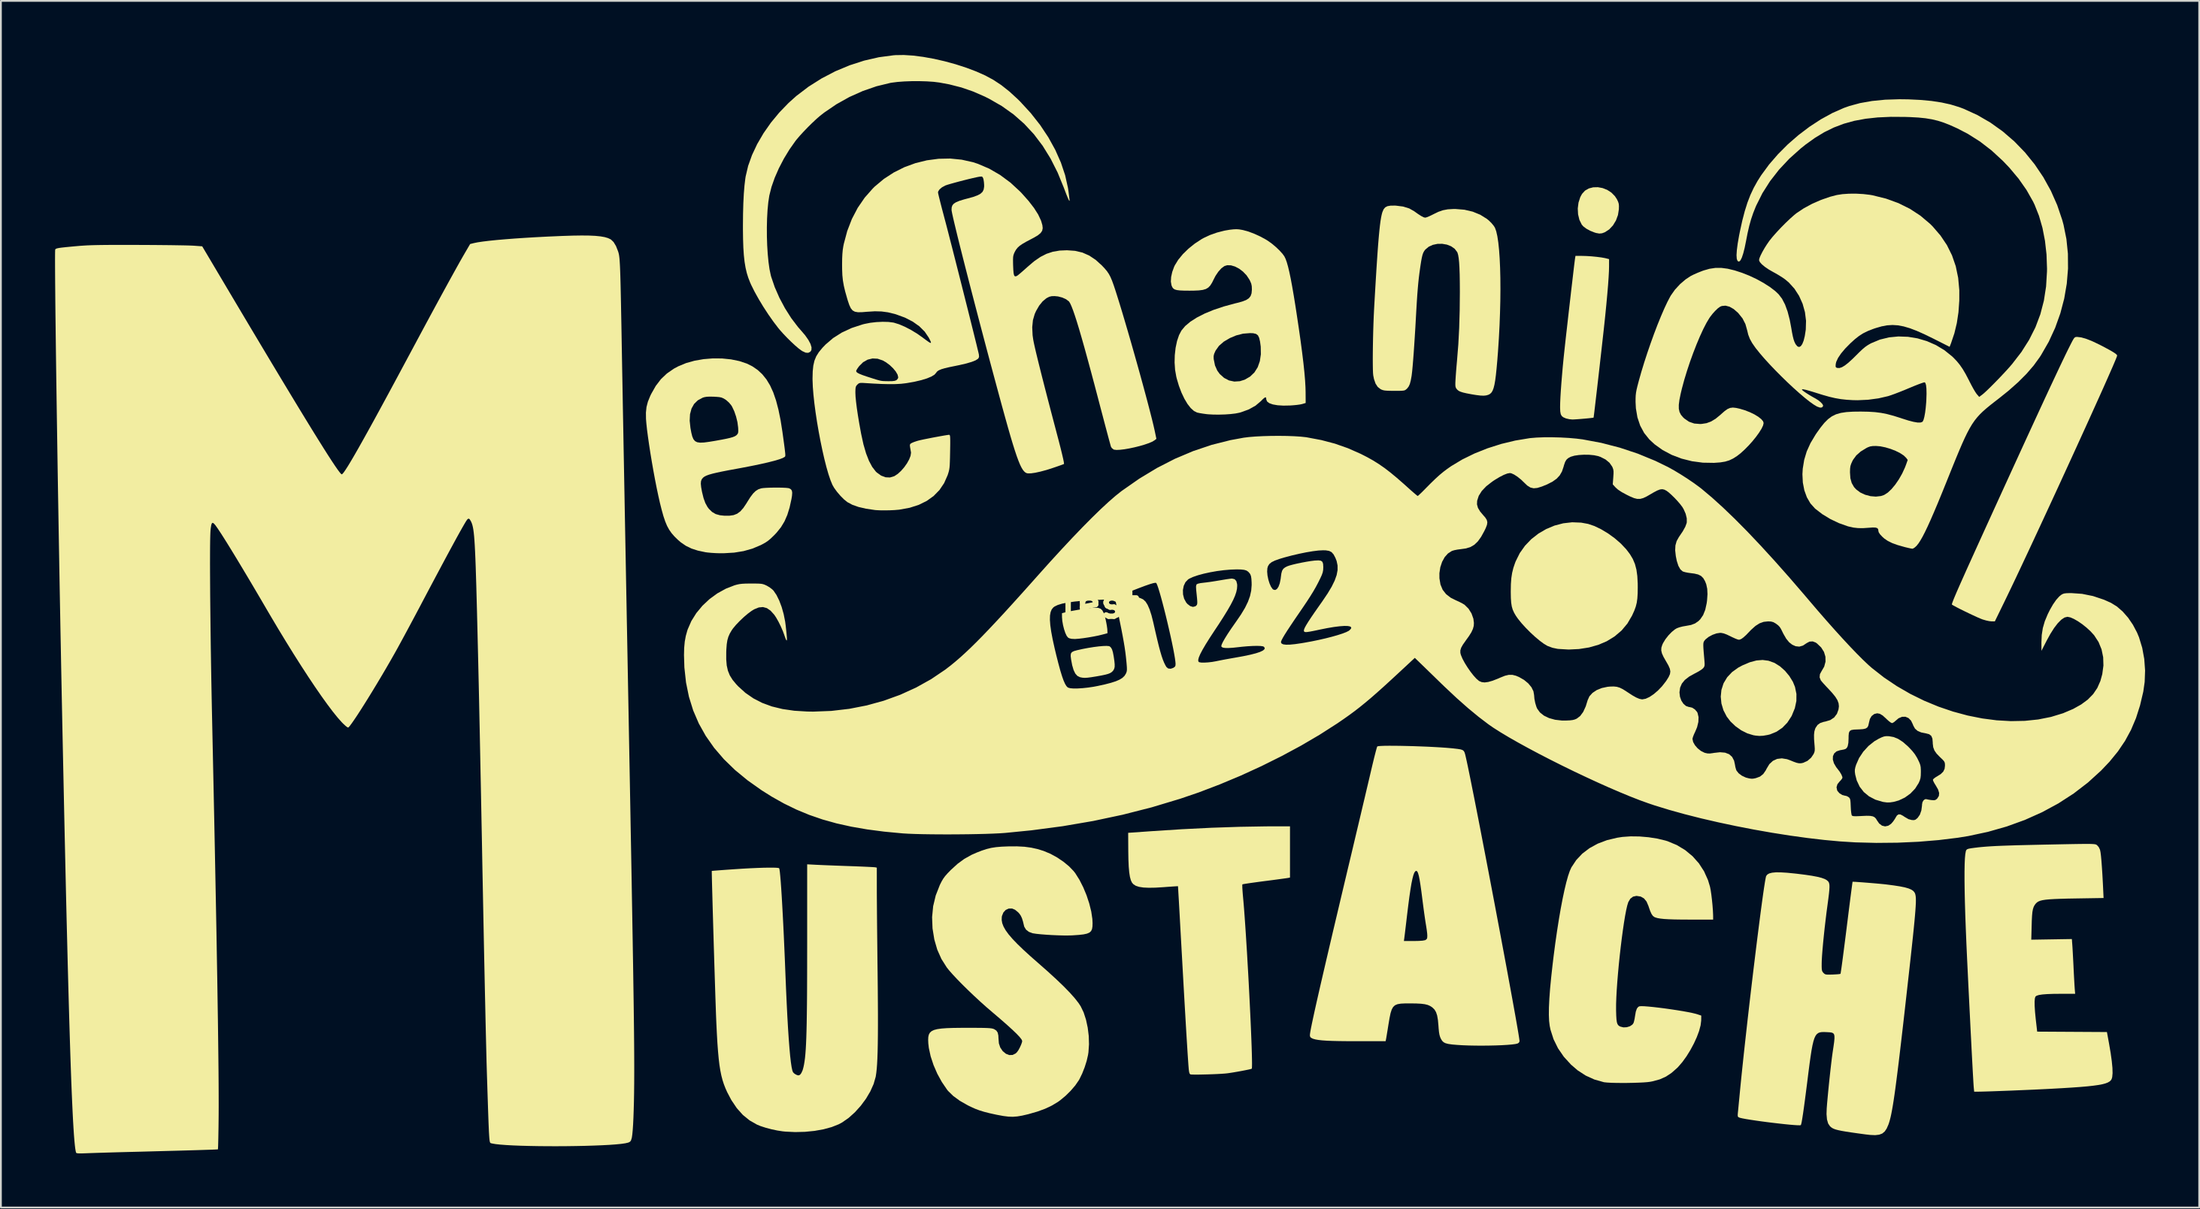
<source format=kicad_pcb>
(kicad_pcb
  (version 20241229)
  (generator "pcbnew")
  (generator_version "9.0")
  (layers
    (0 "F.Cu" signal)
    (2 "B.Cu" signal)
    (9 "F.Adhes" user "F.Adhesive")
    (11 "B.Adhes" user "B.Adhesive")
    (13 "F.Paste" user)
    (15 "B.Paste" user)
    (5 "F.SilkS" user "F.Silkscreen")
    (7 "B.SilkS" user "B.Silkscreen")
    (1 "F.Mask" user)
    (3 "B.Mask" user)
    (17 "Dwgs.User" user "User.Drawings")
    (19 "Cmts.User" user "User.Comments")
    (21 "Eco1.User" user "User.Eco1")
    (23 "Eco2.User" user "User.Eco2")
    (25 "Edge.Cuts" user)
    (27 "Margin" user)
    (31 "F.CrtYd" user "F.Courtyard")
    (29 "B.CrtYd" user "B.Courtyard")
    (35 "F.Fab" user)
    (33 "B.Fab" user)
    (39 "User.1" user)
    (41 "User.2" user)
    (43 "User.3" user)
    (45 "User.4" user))
  (footprint "test"
    (layer "F.Cu")
    (at 57.923 30.433)
    (property "Reference" "test" (at 0 0 0) (layer "F.SilkS") (effects (font (size 1.524 1.524) (thickness 0.3))))
    (attr board_only exclude_from_pos_files exclude_from_bom)
    (fp_poly (pts (xy 27.841 -23.054) (xy 28.095 -22.954) (xy 28.326 -22.804) (xy 28.522 -22.606) (xy 28.635 -22.432) (xy 28.699 -22.298) (xy 28.734 -22.186) (xy 28.746 -22.059) (xy 28.742 -21.884) (xy 28.742 -21.88) (xy 28.692 -21.56) (xy 28.58 -21.256) (xy 28.415 -20.984) (xy 28.208 -20.762) (xy 27.968 -20.606) (xy 27.965 -20.604) (xy 27.806 -20.546) (xy 27.657 -20.532) (xy 27.483 -20.563) (xy 27.393 -20.59) (xy 27.153 -20.685) (xy 26.936 -20.804) (xy 26.766 -20.934) (xy 26.684 -21.029) (xy 26.554 -21.293) (xy 26.481 -21.598) (xy 26.464 -21.923) (xy 26.505 -22.247) (xy 26.601 -22.548) (xy 26.701 -22.733) (xy 26.868 -22.914) (xy 27.078 -23.034) (xy 27.32 -23.096) (xy 27.579 -23.102)) (stroke (width 0) (type solid)) (fill yes) (layer "F.SilkS"))
    (fp_poly (pts (xy -0.111 0.225) (xy 0.02 0.273) (xy 0.119 0.367) (xy 0.198 0.519) (xy 0.267 0.74) (xy 0.289 0.827) (xy 0.332 1.026) (xy 0.367 1.222) (xy 0.389 1.381) (xy 0.392 1.419) (xy 0.403 1.629) (xy 0.13 1.704) (xy -0.096 1.759) (xy -0.364 1.813) (xy -0.649 1.863) (xy -0.929 1.905) (xy -1.179 1.935) (xy -1.377 1.95) (xy -1.42 1.951) (xy -1.599 1.941) (xy -1.721 1.909) (xy -1.789 1.869) (xy -1.862 1.774) (xy -1.936 1.614) (xy -2.004 1.411) (xy -2.061 1.183) (xy -2.102 0.951) (xy -2.119 0.736) (xy -2.119 0.715) (xy -2.12 0.519) (xy -1.935 0.472) (xy -1.747 0.43) (xy -1.513 0.384) (xy -1.253 0.338) (xy -0.986 0.295) (xy -0.732 0.258) (xy -0.512 0.23) (xy -0.344 0.214) (xy -0.284 0.212)) (stroke (width 0) (type solid)) (fill yes) (layer "F.SilkS"))
    (fp_poly (pts (xy 37.032 3.157) (xy 37.346 3.269) (xy 37.376 3.283) (xy 37.67 3.467) (xy 37.948 3.716) (xy 38.192 4.01) (xy 38.387 4.328) (xy 38.502 4.61) (xy 38.582 4.998) (xy 38.579 5.39) (xy 38.494 5.789) (xy 38.326 6.199) (xy 38.302 6.245) (xy 38.078 6.589) (xy 37.801 6.874) (xy 37.479 7.093) (xy 37.119 7.241) (xy 36.988 7.273) (xy 36.741 7.316) (xy 36.53 7.327) (xy 36.311 7.307) (xy 36.192 7.286) (xy 35.858 7.185) (xy 35.523 7.016) (xy 35.206 6.79) (xy 34.925 6.523) (xy 34.72 6.256) (xy 34.537 5.903) (xy 34.425 5.529) (xy 34.388 5.148) (xy 34.425 4.774) (xy 34.539 4.42) (xy 34.55 4.395) (xy 34.746 4.071) (xy 35.013 3.787) (xy 35.353 3.542) (xy 35.593 3.413) (xy 35.997 3.242) (xy 36.366 3.143) (xy 36.708 3.115)) (stroke (width 0) (type solid)) (fill yes) (layer "F.SilkS"))
    (fp_poly (pts (xy 0.484 2.347) (xy 0.53 2.365) (xy 0.603 2.437) (xy 0.658 2.541) (xy 0.704 2.695) (xy 0.745 2.912) (xy 0.783 3.169) (xy 0.801 3.36) (xy 0.799 3.499) (xy 0.774 3.603) (xy 0.728 3.688) (xy 0.702 3.721) (xy 0.638 3.785) (xy 0.557 3.838) (xy 0.446 3.884) (xy 0.292 3.927) (xy 0.081 3.972) (xy -0.199 4.023) (xy -0.23 4.028) (xy -0.497 4.071) (xy -0.7 4.097) (xy -0.856 4.106) (xy -0.982 4.098) (xy -1.097 4.076) (xy -1.132 4.066) (xy -1.269 3.996) (xy -1.383 3.867) (xy -1.477 3.672) (xy -1.555 3.406) (xy -1.615 3.087) (xy -1.638 2.895) (xy -1.628 2.766) (xy -1.571 2.681) (xy -1.456 2.622) (xy -1.28 2.573) (xy -0.97 2.504) (xy -0.659 2.445) (xy -0.358 2.397) (xy -0.08 2.362) (xy 0.161 2.341) (xy 0.353 2.335)) (stroke (width 0) (type solid)) (fill yes) (layer "F.SilkS"))
    (fp_poly (pts (xy 43.683 7.342) (xy 43.709 7.343) (xy 43.97 7.389) (xy 44.221 7.492) (xy 44.477 7.658) (xy 44.749 7.895) (xy 44.803 7.948) (xy 44.998 8.155) (xy 45.145 8.341) (xy 45.264 8.534) (xy 45.312 8.627) (xy 45.394 8.799) (xy 45.443 8.931) (xy 45.468 9.055) (xy 45.477 9.207) (xy 45.478 9.327) (xy 45.473 9.523) (xy 45.456 9.668) (xy 45.419 9.795) (xy 45.357 9.937) (xy 45.353 9.944) (xy 45.16 10.249) (xy 44.902 10.519) (xy 44.595 10.742) (xy 44.255 10.904) (xy 43.978 10.982) (xy 43.77 11.013) (xy 43.597 11.016) (xy 43.41 10.991) (xy 43.358 10.981) (xy 42.955 10.861) (xy 42.606 10.678) (xy 42.315 10.438) (xy 42.086 10.142) (xy 41.923 9.795) (xy 41.84 9.472) (xy 41.819 9.318) (xy 41.82 9.194) (xy 41.847 9.061) (xy 41.888 8.928) (xy 42.052 8.554) (xy 42.286 8.201) (xy 42.575 7.884) (xy 42.904 7.621) (xy 43.147 7.48) (xy 43.315 7.401) (xy 43.439 7.357) (xy 43.552 7.339)) (stroke (width 0) (type solid)) (fill yes) (layer "F.SilkS"))
    (fp_poly (pts (xy 26.652 -4.501) (xy 27.036 -4.431) (xy 27.388 -4.312) (xy 27.763 -4.131) (xy 28.145 -3.901) (xy 28.514 -3.633) (xy 28.852 -3.339) (xy 29.142 -3.032) (xy 29.15 -3.023) (xy 29.356 -2.752) (xy 29.516 -2.483) (xy 29.634 -2.202) (xy 29.715 -1.893) (xy 29.764 -1.539) (xy 29.786 -1.126) (xy 29.788 -0.912) (xy 29.783 -0.573) (xy 29.766 -0.297) (xy 29.733 -0.062) (xy 29.679 0.154) (xy 29.6 0.372) (xy 29.491 0.615) (xy 29.471 0.657) (xy 29.214 1.096) (xy 28.893 1.479) (xy 28.507 1.808) (xy 28.073 2.075) (xy 27.605 2.275) (xy 27.087 2.421) (xy 26.534 2.508) (xy 25.961 2.536) (xy 25.385 2.502) (xy 25.336 2.496) (xy 25.064 2.439) (xy 24.803 2.343) (xy 24.779 2.332) (xy 24.583 2.215) (xy 24.351 2.043) (xy 24.097 1.83) (xy 23.836 1.589) (xy 23.583 1.334) (xy 23.351 1.079) (xy 23.155 0.837) (xy 23.034 0.665) (xy 22.934 0.492) (xy 22.859 0.325) (xy 22.807 0.146) (xy 22.774 -0.062) (xy 22.757 -0.316) (xy 22.751 -0.634) (xy 22.751 -0.7) (xy 22.758 -1.092) (xy 22.782 -1.423) (xy 22.827 -1.715) (xy 22.895 -1.991) (xy 22.991 -2.273) (xy 23.027 -2.363) (xy 23.251 -2.814) (xy 23.541 -3.222) (xy 23.888 -3.584) (xy 24.283 -3.893) (xy 24.716 -4.146) (xy 25.179 -4.339) (xy 25.662 -4.465) (xy 26.156 -4.521)) (stroke (width 0) (type solid)) (fill yes) (layer "F.SilkS"))
    (fp_poly (pts (xy 26.685 -19.293) (xy 26.945 -19.286) (xy 27.23 -19.268) (xy 27.514 -19.24) (xy 27.771 -19.207) (xy 27.976 -19.17) (xy 28.01 -19.162) (xy 28.199 -19.114) (xy 28.198 -18.706) (xy 28.192 -18.444) (xy 28.173 -18.099) (xy 28.143 -17.673) (xy 28.1 -17.167) (xy 28.046 -16.582) (xy 27.985 -15.965) (xy 27.963 -15.758) (xy 27.935 -15.494) (xy 27.901 -15.182) (xy 27.862 -14.83) (xy 27.819 -14.446) (xy 27.773 -14.038) (xy 27.725 -13.615) (xy 27.677 -13.186) (xy 27.628 -12.757) (xy 27.58 -12.338) (xy 27.534 -11.937) (xy 27.49 -11.562) (xy 27.45 -11.221) (xy 27.415 -10.923) (xy 27.386 -10.676) (xy 27.363 -10.489) (xy 27.347 -10.369) (xy 27.34 -10.324) (xy 27.34 -10.324) (xy 27.292 -10.315) (xy 27.178 -10.301) (xy 27.017 -10.284) (xy 26.829 -10.267) (xy 26.632 -10.25) (xy 26.445 -10.236) (xy 26.288 -10.226) (xy 26.178 -10.221) (xy 26.161 -10.221) (xy 25.995 -10.237) (xy 25.829 -10.275) (xy 25.803 -10.283) (xy 25.669 -10.341) (xy 25.578 -10.411) (xy 25.522 -10.512) (xy 25.494 -10.66) (xy 25.485 -10.871) (xy 25.485 -10.934) (xy 25.49 -11.166) (xy 25.504 -11.469) (xy 25.526 -11.832) (xy 25.556 -12.243) (xy 25.593 -12.69) (xy 25.634 -13.16) (xy 25.681 -13.641) (xy 25.698 -13.802) (xy 25.719 -14) (xy 25.747 -14.258) (xy 25.781 -14.567) (xy 25.82 -14.918) (xy 25.864 -15.301) (xy 25.91 -15.709) (xy 25.958 -16.131) (xy 26.007 -16.558) (xy 26.056 -16.982) (xy 26.103 -17.394) (xy 26.149 -17.783) (xy 26.191 -18.142) (xy 26.228 -18.462) (xy 26.26 -18.732) (xy 26.286 -18.944) (xy 26.305 -19.09) (xy 26.314 -19.156) (xy 26.337 -19.294)) (stroke (width 0) (type solid)) (fill yes) (layer "F.SilkS"))
    (fp_poly (pts (xy 54.372 -14.771) (xy 54.655 -14.689) (xy 54.995 -14.553) (xy 55.389 -14.365) (xy 55.443 -14.337) (xy 55.75 -14.175) (xy 55.987 -14.046) (xy 56.159 -13.943) (xy 56.274 -13.865) (xy 56.337 -13.806) (xy 56.355 -13.765) (xy 56.337 -13.705) (xy 56.286 -13.574) (xy 56.203 -13.375) (xy 56.091 -13.113) (xy 55.951 -12.794) (xy 55.786 -12.42) (xy 55.599 -11.998) (xy 55.39 -11.532) (xy 55.162 -11.027) (xy 54.918 -10.486) (xy 54.66 -9.916) (xy 54.389 -9.321) (xy 54.108 -8.704) (xy 53.819 -8.072) (xy 53.524 -7.428) (xy 53.226 -6.778) (xy 52.926 -6.126) (xy 52.626 -5.476) (xy 52.329 -4.834) (xy 52.037 -4.204) (xy 51.752 -3.591) (xy 51.476 -2.999) (xy 51.211 -2.434) (xy 50.96 -1.899) (xy 50.724 -1.399) (xy 50.506 -0.94) (xy 50.307 -0.526) (xy 50.131 -0.161) (xy 50.099 -0.095) (xy 49.577 0.975) (xy 49.393 0.974) (xy 49.261 0.96) (xy 49.086 0.922) (xy 48.905 0.869) (xy 48.896 0.866) (xy 48.774 0.818) (xy 48.596 0.741) (xy 48.378 0.641) (xy 48.137 0.527) (xy 47.891 0.408) (xy 47.656 0.292) (xy 47.45 0.186) (xy 47.289 0.1) (xy 47.201 0.048) (xy 47.198 0.027) (xy 47.209 -0.023) (xy 47.238 -0.107) (xy 47.285 -0.229) (xy 47.351 -0.391) (xy 47.439 -0.598) (xy 47.55 -0.854) (xy 47.686 -1.162) (xy 47.848 -1.525) (xy 48.037 -1.948) (xy 48.257 -2.434) (xy 48.507 -2.986) (xy 48.79 -3.609) (xy 49.041 -4.162) (xy 49.571 -5.325) (xy 50.067 -6.412) (xy 50.53 -7.425) (xy 50.96 -8.365) (xy 51.358 -9.233) (xy 51.726 -10.032) (xy 52.063 -10.763) (xy 52.37 -11.427) (xy 52.648 -12.025) (xy 52.899 -12.56) (xy 53.121 -13.033) (xy 53.317 -13.445) (xy 53.486 -13.798) (xy 53.63 -14.093) (xy 53.75 -14.332) (xy 53.777 -14.386) (xy 53.87 -14.566) (xy 53.937 -14.685) (xy 53.988 -14.754) (xy 54.037 -14.788) (xy 54.095 -14.798) (xy 54.149 -14.799)) (stroke (width 0) (type solid)) (fill yes) (layer "F.SilkS"))
    (fp_poly (pts (xy 10.516 15.179) (xy 10.421 15.2) (xy 10.355 15.21) (xy 10.217 15.23) (xy 10.018 15.257) (xy 9.77 15.291) (xy 9.484 15.329) (xy 9.173 15.369) (xy 9.117 15.376) (xy 8.806 15.417) (xy 8.523 15.456) (xy 8.278 15.49) (xy 8.082 15.52) (xy 7.947 15.542) (xy 7.882 15.556) (xy 7.879 15.558) (xy 7.872 15.607) (xy 7.874 15.725) (xy 7.884 15.897) (xy 7.9 16.107) (xy 7.91 16.22) (xy 7.939 16.54) (xy 7.97 16.914) (xy 8.001 17.335) (xy 8.034 17.797) (xy 8.067 18.292) (xy 8.1 18.815) (xy 8.134 19.359) (xy 8.166 19.919) (xy 8.199 20.487) (xy 8.23 21.057) (xy 8.259 21.623) (xy 8.287 22.179) (xy 8.313 22.718) (xy 8.337 23.233) (xy 8.358 23.719) (xy 8.376 24.169) (xy 8.391 24.577) (xy 8.402 24.936) (xy 8.409 25.24) (xy 8.412 25.483) (xy 8.41 25.658) (xy 8.404 25.759) (xy 8.396 25.781) (xy 8.335 25.801) (xy 8.207 25.831) (xy 8.029 25.867) (xy 7.818 25.908) (xy 7.589 25.949) (xy 7.361 25.988) (xy 7.149 26.021) (xy 7.039 26.036) (xy 6.902 26.05) (xy 6.71 26.063) (xy 6.478 26.076) (xy 6.221 26.087) (xy 5.954 26.096) (xy 5.692 26.102) (xy 5.452 26.107) (xy 5.247 26.107) (xy 5.093 26.105) (xy 5.006 26.098) (xy 4.998 26.096) (xy 4.957 26.06) (xy 4.928 25.973) (xy 4.906 25.819) (xy 4.902 25.769) (xy 4.886 25.575) (xy 4.867 25.299) (xy 4.843 24.943) (xy 4.816 24.509) (xy 4.784 23.999) (xy 4.749 23.416) (xy 4.711 22.762) (xy 4.669 22.039) (xy 4.624 21.249) (xy 4.576 20.395) (xy 4.525 19.479) (xy 4.512 19.251) (xy 4.482 18.709) (xy 4.453 18.19) (xy 4.426 17.703) (xy 4.401 17.253) (xy 4.378 16.847) (xy 4.358 16.49) (xy 4.34 16.189) (xy 4.326 15.949) (xy 4.316 15.778) (xy 4.31 15.681) (xy 4.308 15.661) (xy 4.267 15.661) (xy 4.153 15.668) (xy 3.982 15.679) (xy 3.765 15.694) (xy 3.515 15.713) (xy 3.498 15.714) (xy 3.055 15.741) (xy 2.687 15.747) (xy 2.389 15.733) (xy 2.152 15.696) (xy 1.971 15.637) (xy 1.839 15.553) (xy 1.759 15.461) (xy 1.697 15.33) (xy 1.646 15.143) (xy 1.607 14.894) (xy 1.579 14.577) (xy 1.562 14.188) (xy 1.554 13.721) (xy 1.554 13.697) (xy 1.548 12.7) (xy 2.841 12.609) (xy 4.536 12.5) (xy 6.162 12.419) (xy 7.718 12.367) (xy 9.198 12.342) (xy 9.636 12.341) (xy 10.516 12.34)) (stroke (width 0) (type solid)) (fill yes) (layer "F.SilkS"))
    (fp_poly (pts (xy -10.369 -30.4) (xy -9.81 -30.328) (xy -9.222 -30.223) (xy -8.62 -30.085) (xy -8.017 -29.92) (xy -7.429 -29.73) (xy -6.871 -29.519) (xy -6.38 -29.301) (xy -5.925 -29.056) (xy -5.483 -28.764) (xy -5.041 -28.414) (xy -4.586 -27.998) (xy -4.431 -27.844) (xy -3.849 -27.211) (xy -3.33 -26.551) (xy -2.876 -25.869) (xy -2.492 -25.173) (xy -2.18 -24.469) (xy -1.944 -23.763) (xy -1.788 -23.062) (xy -1.759 -22.869) (xy -1.734 -22.678) (xy -1.714 -22.519) (xy -1.701 -22.409) (xy -1.697 -22.37) (xy -1.707 -22.34) (xy -1.741 -22.387) (xy -1.798 -22.51) (xy -1.88 -22.712) (xy -1.987 -22.993) (xy -2.015 -23.068) (xy -2.362 -23.916) (xy -2.754 -24.692) (xy -3.192 -25.4) (xy -3.679 -26.043) (xy -4.217 -26.622) (xy -4.807 -27.141) (xy -5.454 -27.602) (xy -6.159 -28.007) (xy -6.403 -28.129) (xy -7.047 -28.41) (xy -7.691 -28.632) (xy -8.364 -28.804) (xy -8.911 -28.906) (xy -9.233 -28.946) (xy -9.611 -28.971) (xy -10.023 -28.983) (xy -10.445 -28.982) (xy -10.857 -28.967) (xy -11.236 -28.939) (xy -11.558 -28.898) (xy -11.631 -28.886) (xy -12.396 -28.7) (xy -13.157 -28.437) (xy -13.903 -28.103) (xy -14.618 -27.703) (xy -15.29 -27.245) (xy -15.52 -27.066) (xy -15.719 -26.894) (xy -15.95 -26.678) (xy -16.195 -26.437) (xy -16.436 -26.187) (xy -16.654 -25.949) (xy -16.832 -25.74) (xy -16.883 -25.676) (xy -17.222 -25.195) (xy -17.533 -24.683) (xy -17.808 -24.154) (xy -18.039 -23.627) (xy -18.218 -23.118) (xy -18.338 -22.642) (xy -18.339 -22.636) (xy -18.396 -22.265) (xy -18.437 -21.839) (xy -18.463 -21.372) (xy -18.475 -20.88) (xy -18.473 -20.377) (xy -18.457 -19.878) (xy -18.427 -19.399) (xy -18.384 -18.954) (xy -18.329 -18.559) (xy -18.26 -18.228) (xy -18.239 -18.147) (xy -18.039 -17.561) (xy -17.779 -16.967) (xy -17.47 -16.388) (xy -17.125 -15.843) (xy -16.753 -15.353) (xy -16.587 -15.163) (xy -16.352 -14.887) (xy -16.175 -14.634) (xy -16.056 -14.41) (xy -15.999 -14.221) (xy -16.006 -14.071) (xy -16.064 -13.979) (xy -16.18 -13.918) (xy -16.322 -13.926) (xy -16.498 -14.006) (xy -16.562 -14.046) (xy -16.719 -14.163) (xy -16.914 -14.33) (xy -17.131 -14.532) (xy -17.356 -14.754) (xy -17.571 -14.98) (xy -17.763 -15.196) (xy -17.838 -15.287) (xy -18.114 -15.648) (xy -18.395 -16.049) (xy -18.671 -16.472) (xy -18.928 -16.898) (xy -19.156 -17.308) (xy -19.342 -17.681) (xy -19.401 -17.814) (xy -19.503 -18.075) (xy -19.588 -18.347) (xy -19.656 -18.64) (xy -19.71 -18.964) (xy -19.75 -19.33) (xy -19.778 -19.746) (xy -19.794 -20.223) (xy -19.801 -20.77) (xy -19.801 -20.99) (xy -19.795 -21.628) (xy -19.779 -22.213) (xy -19.752 -22.738) (xy -19.715 -23.196) (xy -19.669 -23.58) (xy -19.651 -23.695) (xy -19.512 -24.286) (xy -19.296 -24.889) (xy -19.01 -25.496) (xy -18.659 -26.097) (xy -18.249 -26.683) (xy -17.785 -27.244) (xy -17.274 -27.773) (xy -16.839 -28.163) (xy -16.164 -28.677) (xy -15.441 -29.134) (xy -14.68 -29.531) (xy -13.89 -29.861) (xy -13.083 -30.122) (xy -12.269 -30.309) (xy -11.459 -30.417) (xy -11.343 -30.426) (xy -10.885 -30.433)) (stroke (width 0) (type solid)) (fill yes) (layer "F.SilkS"))
    (fp_poly (pts (xy 29.883 12.902) (xy 30.387 12.945) (xy 30.875 13.021) (xy 31.319 13.128) (xy 31.443 13.166) (xy 31.953 13.379) (xy 32.415 13.658) (xy 32.825 13.997) (xy 33.176 14.392) (xy 33.463 14.835) (xy 33.682 15.323) (xy 33.792 15.689) (xy 33.829 15.877) (xy 33.866 16.125) (xy 33.9 16.41) (xy 33.93 16.709) (xy 33.952 16.997) (xy 33.964 17.251) (xy 33.966 17.354) (xy 33.966 17.513) (xy 32.683 17.512) (xy 32.216 17.51) (xy 31.827 17.504) (xy 31.507 17.493) (xy 31.249 17.478) (xy 31.045 17.456) (xy 30.887 17.429) (xy 30.768 17.394) (xy 30.706 17.367) (xy 30.625 17.305) (xy 30.551 17.199) (xy 30.477 17.037) (xy 30.396 16.805) (xy 30.383 16.763) (xy 30.276 16.512) (xy 30.133 16.337) (xy 29.951 16.234) (xy 29.724 16.198) (xy 29.714 16.198) (xy 29.529 16.238) (xy 29.378 16.352) (xy 29.267 16.538) (xy 29.259 16.558) (xy 29.205 16.735) (xy 29.147 16.988) (xy 29.087 17.305) (xy 29.026 17.677) (xy 28.965 18.093) (xy 28.904 18.544) (xy 28.846 19.019) (xy 28.79 19.509) (xy 28.739 20.004) (xy 28.694 20.493) (xy 28.655 20.967) (xy 28.623 21.415) (xy 28.601 21.828) (xy 28.588 22.195) (xy 28.587 22.507) (xy 28.587 22.543) (xy 28.595 22.827) (xy 28.608 23.04) (xy 28.629 23.193) (xy 28.662 23.299) (xy 28.708 23.37) (xy 28.773 23.421) (xy 28.824 23.446) (xy 28.995 23.489) (xy 29.18 23.48) (xy 29.354 23.427) (xy 29.491 23.335) (xy 29.552 23.25) (xy 29.583 23.15) (xy 29.616 23.001) (xy 29.638 22.86) (xy 29.68 22.618) (xy 29.738 22.451) (xy 29.814 22.353) (xy 29.883 22.32) (xy 29.984 22.312) (xy 30.155 22.317) (xy 30.385 22.335) (xy 30.661 22.362) (xy 30.97 22.398) (xy 31.3 22.44) (xy 31.638 22.488) (xy 31.971 22.538) (xy 32.287 22.59) (xy 32.574 22.642) (xy 32.819 22.692) (xy 33.009 22.738) (xy 33.082 22.76) (xy 33.308 22.835) (xy 33.304 23.11) (xy 33.271 23.376) (xy 33.188 23.688) (xy 33.06 24.031) (xy 32.896 24.39) (xy 32.703 24.749) (xy 32.49 25.094) (xy 32.262 25.409) (xy 32.029 25.68) (xy 31.975 25.735) (xy 31.662 26.012) (xy 31.348 26.22) (xy 31.01 26.371) (xy 30.623 26.477) (xy 30.486 26.504) (xy 30.322 26.525) (xy 30.095 26.542) (xy 29.822 26.555) (xy 29.517 26.564) (xy 29.198 26.57) (xy 28.879 26.571) (xy 28.577 26.568) (xy 28.308 26.561) (xy 28.087 26.548) (xy 27.931 26.532) (xy 27.902 26.526) (xy 27.381 26.378) (xy 26.903 26.161) (xy 26.457 25.871) (xy 26.089 25.554) (xy 25.692 25.119) (xy 25.369 24.649) (xy 25.122 24.147) (xy 24.953 23.62) (xy 24.909 23.406) (xy 24.876 23.135) (xy 24.862 22.795) (xy 24.866 22.386) (xy 24.889 21.903) (xy 24.93 21.346) (xy 24.991 20.712) (xy 25.07 19.999) (xy 25.127 19.527) (xy 25.22 18.813) (xy 25.318 18.135) (xy 25.418 17.496) (xy 25.52 16.903) (xy 25.623 16.362) (xy 25.725 15.878) (xy 25.826 15.456) (xy 25.924 15.102) (xy 26.019 14.822) (xy 26.109 14.62) (xy 26.109 14.62) (xy 26.378 14.213) (xy 26.713 13.856) (xy 27.112 13.552) (xy 27.569 13.301) (xy 28.082 13.107) (xy 28.647 12.972) (xy 28.937 12.928) (xy 29.39 12.896)) (stroke (width 0) (type solid)) (fill yes) (layer "F.SilkS"))
    (fp_poly (pts (xy 54.848 13.316) (xy 54.97 13.32) (xy 55.061 13.326) (xy 55.125 13.334) (xy 55.17 13.345) (xy 55.202 13.359) (xy 55.228 13.375) (xy 55.241 13.385) (xy 55.335 13.491) (xy 55.404 13.635) (xy 55.408 13.649) (xy 55.433 13.773) (xy 55.459 13.977) (xy 55.485 14.256) (xy 55.511 14.605) (xy 55.538 15.019) (xy 55.564 15.493) (xy 55.575 15.716) (xy 55.603 16.315) (xy 54.103 16.339) (xy 53.623 16.347) (xy 53.221 16.358) (xy 52.889 16.371) (xy 52.618 16.387) (xy 52.401 16.407) (xy 52.231 16.433) (xy 52.099 16.465) (xy 51.999 16.505) (xy 51.922 16.552) (xy 51.86 16.609) (xy 51.856 16.613) (xy 51.785 16.704) (xy 51.73 16.806) (xy 51.689 16.931) (xy 51.659 17.092) (xy 51.639 17.302) (xy 51.625 17.574) (xy 51.617 17.847) (xy 51.597 18.626) (xy 52.722 18.608) (xy 53.846 18.59) (xy 53.87 18.91) (xy 53.88 19.051) (xy 53.892 19.259) (xy 53.906 19.514) (xy 53.921 19.797) (xy 53.936 20.091) (xy 53.938 20.142) (xy 53.952 20.432) (xy 53.967 20.713) (xy 53.981 20.967) (xy 53.993 21.175) (xy 54.003 21.32) (xy 54.004 21.34) (xy 54.028 21.626) (xy 53.23 21.627) (xy 52.815 21.631) (xy 52.479 21.643) (xy 52.218 21.663) (xy 52.026 21.692) (xy 51.898 21.731) (xy 51.83 21.78) (xy 51.829 21.781) (xy 51.796 21.879) (xy 51.781 22.056) (xy 51.784 22.31) (xy 51.805 22.636) (xy 51.844 23.031) (xy 51.853 23.11) (xy 51.924 23.725) (xy 53.856 23.736) (xy 55.789 23.747) (xy 55.904 24.372) (xy 55.995 24.906) (xy 56.058 25.36) (xy 56.094 25.735) (xy 56.102 26.03) (xy 56.082 26.246) (xy 56.05 26.355) (xy 56.005 26.426) (xy 55.935 26.49) (xy 55.836 26.547) (xy 55.701 26.598) (xy 55.526 26.644) (xy 55.304 26.685) (xy 55.031 26.723) (xy 54.702 26.759) (xy 54.311 26.793) (xy 53.853 26.826) (xy 53.322 26.859) (xy 52.714 26.893) (xy 52.496 26.904) (xy 52.13 26.922) (xy 51.733 26.941) (xy 51.317 26.959) (xy 50.893 26.977) (xy 50.474 26.995) (xy 50.069 27.01) (xy 49.691 27.024) (xy 49.351 27.036) (xy 49.06 27.045) (xy 48.83 27.051) (xy 48.672 27.054) (xy 48.66 27.054) (xy 48.432 27.054) (xy 48.406 26.789) (xy 48.399 26.694) (xy 48.388 26.521) (xy 48.374 26.275) (xy 48.356 25.962) (xy 48.336 25.589) (xy 48.313 25.161) (xy 48.288 24.684) (xy 48.262 24.165) (xy 48.233 23.609) (xy 48.204 23.022) (xy 48.173 22.411) (xy 48.142 21.781) (xy 48.11 21.138) (xy 48.079 20.489) (xy 48.047 19.839) (xy 48.045 19.803) (xy 48.003 18.878) (xy 47.968 18.023) (xy 47.939 17.241) (xy 47.918 16.531) (xy 47.904 15.896) (xy 47.897 15.336) (xy 47.897 14.854) (xy 47.904 14.451) (xy 47.918 14.127) (xy 47.94 13.885) (xy 47.969 13.725) (xy 47.98 13.689) (xy 48.005 13.643) (xy 48.049 13.609) (xy 48.126 13.582) (xy 48.254 13.558) (xy 48.448 13.531) (xy 48.477 13.528) (xy 48.671 13.504) (xy 48.876 13.484) (xy 49.101 13.465) (xy 49.352 13.448) (xy 49.636 13.432) (xy 49.961 13.418) (xy 50.334 13.405) (xy 50.763 13.391) (xy 51.253 13.379) (xy 51.814 13.366) (xy 52.451 13.352) (xy 52.528 13.351) (xy 53.061 13.34) (xy 53.517 13.331) (xy 53.9 13.324) (xy 54.218 13.319) (xy 54.478 13.316) (xy 54.686 13.315)) (stroke (width 0) (type solid)) (fill yes) (layer "F.SilkS"))
    (fp_poly (pts (xy -15.721 14.474) (xy -15.543 14.482) (xy -15.296 14.493) (xy -14.997 14.505) (xy -14.662 14.518) (xy -14.308 14.531) (xy -13.951 14.544) (xy -13.887 14.546) (xy -13.558 14.558) (xy -13.252 14.57) (xy -12.982 14.582) (xy -12.758 14.593) (xy -12.592 14.602) (xy -12.495 14.609) (xy -12.477 14.611) (xy -12.382 14.631) (xy -12.381 15.807) (xy -12.381 16.04) (xy -12.379 16.348) (xy -12.376 16.722) (xy -12.373 17.152) (xy -12.369 17.629) (xy -12.364 18.145) (xy -12.358 18.688) (xy -12.352 19.25) (xy -12.346 19.821) (xy -12.339 20.392) (xy -12.338 20.457) (xy -12.329 21.305) (xy -12.323 22.071) (xy -12.319 22.762) (xy -12.319 23.379) (xy -12.322 23.928) (xy -12.328 24.412) (xy -12.337 24.836) (xy -12.35 25.203) (xy -12.366 25.518) (xy -12.386 25.785) (xy -12.41 26.007) (xy -12.437 26.189) (xy -12.445 26.234) (xy -12.559 26.631) (xy -12.742 27.04) (xy -12.983 27.447) (xy -13.271 27.836) (xy -13.593 28.194) (xy -13.939 28.506) (xy -14.298 28.757) (xy -14.489 28.861) (xy -14.88 29.016) (xy -15.334 29.14) (xy -15.834 29.229) (xy -16.363 29.281) (xy -16.906 29.295) (xy -17.445 29.269) (xy -17.604 29.253) (xy -17.9 29.207) (xy -18.22 29.139) (xy -18.537 29.055) (xy -18.822 28.963) (xy -19.022 28.881) (xy -19.434 28.646) (xy -19.806 28.343) (xy -20.142 27.967) (xy -20.444 27.518) (xy -20.673 27.083) (xy -20.771 26.864) (xy -20.857 26.642) (xy -20.932 26.41) (xy -20.997 26.16) (xy -21.053 25.884) (xy -21.102 25.575) (xy -21.144 25.224) (xy -21.181 24.824) (xy -21.215 24.366) (xy -21.245 23.843) (xy -21.274 23.246) (xy -21.287 22.941) (xy -21.295 22.737) (xy -21.304 22.472) (xy -21.315 22.15) (xy -21.328 21.781) (xy -21.341 21.369) (xy -21.355 20.923) (xy -21.37 20.45) (xy -21.386 19.956) (xy -21.401 19.449) (xy -21.417 18.935) (xy -21.432 18.422) (xy -21.447 17.916) (xy -21.461 17.425) (xy -21.475 16.955) (xy -21.487 16.514) (xy -21.498 16.108) (xy -21.508 15.745) (xy -21.516 15.432) (xy -21.522 15.175) (xy -21.526 14.982) (xy -21.528 14.859) (xy -21.528 14.814) (xy -21.528 14.814) (xy -21.484 14.808) (xy -21.367 14.798) (xy -21.186 14.784) (xy -20.952 14.766) (xy -20.675 14.746) (xy -20.366 14.725) (xy -20.253 14.717) (xy -19.811 14.688) (xy -19.393 14.665) (xy -19.007 14.648) (xy -18.66 14.636) (xy -18.36 14.631) (xy -18.116 14.631) (xy -17.934 14.638) (xy -17.824 14.651) (xy -17.793 14.665) (xy -17.775 14.734) (xy -17.754 14.882) (xy -17.732 15.106) (xy -17.707 15.4) (xy -17.681 15.761) (xy -17.654 16.182) (xy -17.626 16.659) (xy -17.597 17.189) (xy -17.567 17.765) (xy -17.537 18.383) (xy -17.508 19.038) (xy -17.478 19.726) (xy -17.45 20.442) (xy -17.449 20.46) (xy -17.413 21.342) (xy -17.376 22.151) (xy -17.339 22.887) (xy -17.301 23.548) (xy -17.262 24.134) (xy -17.223 24.641) (xy -17.184 25.071) (xy -17.144 25.42) (xy -17.104 25.689) (xy -17.064 25.875) (xy -17.025 25.977) (xy -16.946 26.056) (xy -16.837 26.12) (xy -16.737 26.152) (xy -16.67 26.137) (xy -16.62 26.098) (xy -16.56 26.013) (xy -16.5 25.882) (xy -16.475 25.806) (xy -16.442 25.676) (xy -16.412 25.53) (xy -16.385 25.364) (xy -16.36 25.173) (xy -16.339 24.952) (xy -16.32 24.698) (xy -16.304 24.406) (xy -16.29 24.071) (xy -16.278 23.689) (xy -16.268 23.255) (xy -16.26 22.766) (xy -16.253 22.217) (xy -16.248 21.603) (xy -16.245 20.92) (xy -16.243 20.163) (xy -16.242 19.328) (xy -16.241 18.832) (xy -16.241 14.447)) (stroke (width 0) (type solid)) (fill yes) (layer "F.SilkS"))
    (fp_poly (pts (xy 16.389 -22.079) (xy 16.782 -22.03) (xy 17.122 -21.925) (xy 17.392 -21.773) (xy 17.62 -21.611) (xy 17.792 -21.501) (xy 17.917 -21.436) (xy 18.004 -21.414) (xy 18.009 -21.414) (xy 18.089 -21.433) (xy 18.22 -21.485) (xy 18.379 -21.56) (xy 18.457 -21.6) (xy 18.737 -21.736) (xy 18.994 -21.825) (xy 19.259 -21.875) (xy 19.562 -21.893) (xy 19.697 -21.893) (xy 20.184 -21.853) (xy 20.642 -21.746) (xy 21.06 -21.575) (xy 21.427 -21.346) (xy 21.554 -21.241) (xy 21.686 -21.108) (xy 21.803 -20.967) (xy 21.875 -20.852) (xy 21.946 -20.655) (xy 22.008 -20.38) (xy 22.06 -20.033) (xy 22.103 -19.62) (xy 22.136 -19.149) (xy 22.16 -18.625) (xy 22.174 -18.055) (xy 22.178 -17.445) (xy 22.172 -16.801) (xy 22.155 -16.129) (xy 22.129 -15.437) (xy 22.092 -14.73) (xy 22.045 -14.015) (xy 22.006 -13.51) (xy 21.966 -13.061) (xy 21.927 -12.688) (xy 21.888 -12.386) (xy 21.845 -12.144) (xy 21.797 -11.957) (xy 21.743 -11.816) (xy 21.68 -11.714) (xy 21.605 -11.642) (xy 21.519 -11.594) (xy 21.519 -11.594) (xy 21.397 -11.557) (xy 21.252 -11.541) (xy 21.069 -11.548) (xy 20.832 -11.577) (xy 20.576 -11.619) (xy 20.306 -11.67) (xy 20.107 -11.716) (xy 19.964 -11.762) (xy 19.862 -11.811) (xy 19.789 -11.871) (xy 19.756 -11.908) (xy 19.715 -11.967) (xy 19.69 -12.032) (xy 19.68 -12.122) (xy 19.68 -12.257) (xy 19.69 -12.446) (xy 19.703 -12.645) (xy 19.722 -12.9) (xy 19.745 -13.182) (xy 19.77 -13.462) (xy 19.777 -13.548) (xy 19.845 -14.395) (xy 19.892 -15.293) (xy 19.92 -16.253) (xy 19.93 -17.286) (xy 19.93 -17.293) (xy 19.927 -17.815) (xy 19.92 -18.259) (xy 19.907 -18.628) (xy 19.889 -18.929) (xy 19.865 -19.165) (xy 19.835 -19.344) (xy 19.798 -19.47) (xy 19.782 -19.505) (xy 19.642 -19.688) (xy 19.446 -19.826) (xy 19.211 -19.918) (xy 18.952 -19.963) (xy 18.687 -19.959) (xy 18.431 -19.905) (xy 18.202 -19.8) (xy 18.015 -19.643) (xy 18.007 -19.634) (xy 17.949 -19.555) (xy 17.901 -19.466) (xy 17.86 -19.352) (xy 17.823 -19.2) (xy 17.785 -18.997) (xy 17.743 -18.727) (xy 17.727 -18.615) (xy 17.689 -18.341) (xy 17.655 -18.069) (xy 17.625 -17.786) (xy 17.598 -17.481) (xy 17.571 -17.141) (xy 17.545 -16.752) (xy 17.518 -16.303) (xy 17.492 -15.838) (xy 17.463 -15.318) (xy 17.432 -14.817) (xy 17.401 -14.343) (xy 17.371 -13.905) (xy 17.341 -13.513) (xy 17.313 -13.175) (xy 17.287 -12.9) (xy 17.263 -12.697) (xy 17.255 -12.636) (xy 17.209 -12.382) (xy 17.159 -12.195) (xy 17.098 -12.058) (xy 17.02 -11.953) (xy 16.995 -11.928) (xy 16.943 -11.881) (xy 16.893 -11.848) (xy 16.828 -11.827) (xy 16.733 -11.816) (xy 16.592 -11.811) (xy 16.388 -11.81) (xy 16.291 -11.81) (xy 16.05 -11.812) (xy 15.877 -11.818) (xy 15.752 -11.83) (xy 15.659 -11.851) (xy 15.578 -11.882) (xy 15.535 -11.904) (xy 15.378 -12.026) (xy 15.258 -12.21) (xy 15.171 -12.462) (xy 15.13 -12.665) (xy 15.118 -12.791) (xy 15.11 -12.991) (xy 15.106 -13.254) (xy 15.104 -13.568) (xy 15.106 -13.923) (xy 15.111 -14.307) (xy 15.118 -14.71) (xy 15.128 -15.121) (xy 15.141 -15.528) (xy 15.156 -15.921) (xy 15.174 -16.289) (xy 15.179 -16.389) (xy 15.224 -17.18) (xy 15.266 -17.89) (xy 15.305 -18.525) (xy 15.342 -19.088) (xy 15.376 -19.584) (xy 15.409 -20.018) (xy 15.441 -20.395) (xy 15.472 -20.717) (xy 15.502 -20.991) (xy 15.532 -21.221) (xy 15.563 -21.41) (xy 15.594 -21.564) (xy 15.626 -21.687) (xy 15.637 -21.722) (xy 15.704 -21.878) (xy 15.793 -21.985) (xy 15.918 -22.05) (xy 16.094 -22.08) (xy 16.335 -22.082)) (stroke (width 0) (type solid)) (fill yes) (layer "F.SilkS"))
    (fp_poly (pts (xy 7.696 -20.763) (xy 7.866 -20.734) (xy 7.936 -20.719) (xy 8.22 -20.64) (xy 8.54 -20.519) (xy 8.868 -20.369) (xy 9.175 -20.202) (xy 9.315 -20.114) (xy 9.529 -19.958) (xy 9.744 -19.776) (xy 9.942 -19.585) (xy 10.105 -19.405) (xy 10.206 -19.263) (xy 10.272 -19.127) (xy 10.339 -18.94) (xy 10.408 -18.698) (xy 10.48 -18.395) (xy 10.557 -18.028) (xy 10.638 -17.591) (xy 10.726 -17.082) (xy 10.821 -16.495) (xy 10.875 -16.143) (xy 10.997 -15.328) (xy 11.102 -14.594) (xy 11.189 -13.936) (xy 11.26 -13.352) (xy 11.314 -12.839) (xy 11.352 -12.393) (xy 11.374 -12.012) (xy 11.381 -11.748) (xy 11.385 -11.136) (xy 11.195 -11.079) (xy 11.073 -11.053) (xy 10.893 -11.028) (xy 10.682 -11.008) (xy 10.516 -10.997) (xy 10.145 -10.99) (xy 9.827 -11.01) (xy 9.568 -11.055) (xy 9.373 -11.124) (xy 9.249 -11.216) (xy 9.202 -11.328) (xy 9.202 -11.339) (xy 9.193 -11.424) (xy 9.161 -11.453) (xy 9.097 -11.423) (xy 8.994 -11.332) (xy 8.901 -11.237) (xy 8.608 -10.989) (xy 8.242 -10.784) (xy 7.805 -10.623) (xy 7.709 -10.596) (xy 7.498 -10.554) (xy 7.226 -10.522) (xy 6.915 -10.5) (xy 6.589 -10.491) (xy 6.271 -10.493) (xy 5.982 -10.509) (xy 5.873 -10.52) (xy 5.687 -10.546) (xy 5.511 -10.575) (xy 5.381 -10.603) (xy 5.37 -10.605) (xy 5.194 -10.692) (xy 5.014 -10.855) (xy 4.835 -11.084) (xy 4.664 -11.371) (xy 4.504 -11.707) (xy 4.361 -12.084) (xy 4.24 -12.491) (xy 4.215 -12.594) (xy 4.148 -12.976) (xy 4.121 -13.382) (xy 4.13 -13.736) (xy 6.284 -13.736) (xy 6.286 -13.6) (xy 6.291 -13.557) (xy 6.36 -13.216) (xy 6.486 -12.932) (xy 6.623 -12.743) (xy 6.866 -12.526) (xy 7.138 -12.385) (xy 7.432 -12.324) (xy 7.738 -12.344) (xy 8.007 -12.428) (xy 8.305 -12.6) (xy 8.545 -12.831) (xy 8.726 -13.118) (xy 8.845 -13.455) (xy 8.902 -13.838) (xy 8.894 -14.264) (xy 8.857 -14.538) (xy 8.808 -14.747) (xy 8.74 -14.886) (xy 8.634 -14.967) (xy 8.476 -15.004) (xy 8.301 -15.011) (xy 7.913 -14.98) (xy 7.533 -14.882) (xy 7.184 -14.736) (xy 6.845 -14.536) (xy 6.581 -14.305) (xy 6.396 -14.046) (xy 6.379 -14.012) (xy 6.312 -13.859) (xy 6.284 -13.736) (xy 4.13 -13.736) (xy 4.132 -13.795) (xy 4.177 -14.197) (xy 4.256 -14.571) (xy 4.367 -14.899) (xy 4.5 -15.154) (xy 4.708 -15.403) (xy 4.996 -15.645) (xy 5.359 -15.877) (xy 5.79 -16.096) (xy 6.285 -16.3) (xy 6.839 -16.486) (xy 7.447 -16.652) (xy 7.569 -16.681) (xy 7.862 -16.76) (xy 8.08 -16.843) (xy 8.234 -16.942) (xy 8.332 -17.064) (xy 8.386 -17.219) (xy 8.404 -17.416) (xy 8.404 -17.438) (xy 8.397 -17.612) (xy 8.369 -17.751) (xy 8.307 -17.899) (xy 8.266 -17.978) (xy 8.111 -18.213) (xy 7.917 -18.416) (xy 7.7 -18.582) (xy 7.472 -18.702) (xy 7.246 -18.769) (xy 7.038 -18.776) (xy 6.884 -18.729) (xy 6.716 -18.607) (xy 6.547 -18.42) (xy 6.389 -18.186) (xy 6.294 -18.002) (xy 6.194 -17.802) (xy 6.096 -17.648) (xy 5.987 -17.535) (xy 5.853 -17.456) (xy 5.681 -17.406) (xy 5.459 -17.378) (xy 5.175 -17.366) (xy 4.94 -17.364) (xy 4.639 -17.367) (xy 4.411 -17.377) (xy 4.245 -17.398) (xy 4.127 -17.433) (xy 4.046 -17.487) (xy 3.991 -17.562) (xy 3.949 -17.662) (xy 3.914 -17.87) (xy 3.929 -18.123) (xy 3.99 -18.402) (xy 4.093 -18.685) (xy 4.13 -18.764) (xy 4.319 -19.073) (xy 4.576 -19.387) (xy 4.888 -19.692) (xy 5.241 -19.976) (xy 5.622 -20.225) (xy 5.725 -20.283) (xy 6.072 -20.446) (xy 6.468 -20.586) (xy 6.878 -20.692) (xy 7.177 -20.743) (xy 7.387 -20.766) (xy 7.548 -20.773)) (stroke (width 0) (type solid)) (fill yes) (layer "F.SilkS"))
    (fp_poly (pts (xy -20.96 -13.605) (xy -20.465 -13.555) (xy -20.001 -13.46) (xy -19.582 -13.32) (xy -19.273 -13.165) (xy -18.983 -12.965) (xy -18.726 -12.726) (xy -18.499 -12.444) (xy -18.298 -12.113) (xy -18.122 -11.727) (xy -17.968 -11.28) (xy -17.833 -10.766) (xy -17.714 -10.181) (xy -17.61 -9.517) (xy -17.605 -9.477) (xy -17.555 -9.116) (xy -17.516 -8.829) (xy -17.487 -8.608) (xy -17.468 -8.443) (xy -17.456 -8.327) (xy -17.452 -8.248) (xy -17.455 -8.199) (xy -17.464 -8.171) (xy -17.478 -8.153) (xy -17.486 -8.146) (xy -17.598 -8.083) (xy -17.792 -8.011) (xy -18.066 -7.93) (xy -18.416 -7.841) (xy -18.842 -7.745) (xy -19.34 -7.642) (xy -19.908 -7.532) (xy -20.164 -7.485) (xy -20.601 -7.405) (xy -20.963 -7.334) (xy -21.256 -7.272) (xy -21.49 -7.216) (xy -21.673 -7.164) (xy -21.812 -7.114) (xy -21.915 -7.064) (xy -21.991 -7.011) (xy -22.008 -6.996) (xy -22.082 -6.908) (xy -22.124 -6.802) (xy -22.135 -6.661) (xy -22.117 -6.472) (xy -22.071 -6.218) (xy -22.068 -6.204) (xy -21.984 -5.861) (xy -21.885 -5.588) (xy -21.766 -5.371) (xy -21.685 -5.264) (xy -21.507 -5.091) (xy -21.31 -4.976) (xy -21.073 -4.91) (xy -20.842 -4.886) (xy -20.555 -4.884) (xy -20.319 -4.918) (xy -20.12 -4.996) (xy -19.942 -5.128) (xy -19.772 -5.323) (xy -19.595 -5.588) (xy -19.556 -5.654) (xy -19.387 -5.92) (xy -19.237 -6.118) (xy -19.094 -6.257) (xy -18.947 -6.349) (xy -18.803 -6.399) (xy -18.689 -6.417) (xy -18.515 -6.43) (xy -18.301 -6.439) (xy -18.065 -6.444) (xy -17.827 -6.444) (xy -17.605 -6.439) (xy -17.419 -6.43) (xy -17.288 -6.416) (xy -17.243 -6.405) (xy -17.147 -6.354) (xy -17.091 -6.279) (xy -17.07 -6.165) (xy -17.081 -5.997) (xy -17.11 -5.818) (xy -17.215 -5.339) (xy -17.342 -4.928) (xy -17.498 -4.57) (xy -17.691 -4.25) (xy -17.928 -3.953) (xy -18.061 -3.812) (xy -18.243 -3.635) (xy -18.398 -3.503) (xy -18.552 -3.397) (xy -18.731 -3.298) (xy -18.827 -3.249) (xy -19.284 -3.058) (xy -19.766 -2.922) (xy -20.286 -2.838) (xy -20.86 -2.804) (xy -21.074 -2.803) (xy -21.31 -2.81) (xy -21.554 -2.825) (xy -21.771 -2.846) (xy -21.88 -2.861) (xy -22.3 -2.95) (xy -22.656 -3.066) (xy -22.965 -3.217) (xy -23.247 -3.411) (xy -23.41 -3.552) (xy -23.597 -3.735) (xy -23.754 -3.916) (xy -23.888 -4.107) (xy -24.004 -4.319) (xy -24.108 -4.567) (xy -24.207 -4.862) (xy -24.306 -5.217) (xy -24.401 -5.597) (xy -24.488 -5.982) (xy -24.579 -6.414) (xy -24.671 -6.881) (xy -24.761 -7.368) (xy -24.848 -7.864) (xy -24.929 -8.355) (xy -25.002 -8.828) (xy -25.065 -9.269) (xy -25.117 -9.666) (xy -25.153 -10.006) (xy -25.165 -10.153) (xy -22.752 -10.153) (xy -22.71 -9.756) (xy -22.661 -9.489) (xy -22.609 -9.282) (xy -22.544 -9.128) (xy -22.456 -9.022) (xy -22.336 -8.96) (xy -22.172 -8.936) (xy -21.956 -8.945) (xy -21.676 -8.982) (xy -21.329 -9.039) (xy -20.986 -9.101) (xy -20.717 -9.154) (xy -20.512 -9.201) (xy -20.36 -9.245) (xy -20.252 -9.289) (xy -20.177 -9.335) (xy -20.149 -9.36) (xy -20.097 -9.419) (xy -20.069 -9.482) (xy -20.059 -9.572) (xy -20.063 -9.713) (xy -20.068 -9.788) (xy -20.106 -10.077) (xy -20.181 -10.383) (xy -20.281 -10.675) (xy -20.399 -10.926) (xy -20.45 -11.009) (xy -20.576 -11.161) (xy -20.733 -11.299) (xy -20.794 -11.341) (xy -20.9 -11.401) (xy -20.998 -11.44) (xy -21.113 -11.463) (xy -21.271 -11.477) (xy -21.421 -11.485) (xy -21.647 -11.489) (xy -21.814 -11.481) (xy -21.946 -11.457) (xy -22.037 -11.427) (xy -22.302 -11.284) (xy -22.507 -11.083) (xy -22.651 -10.826) (xy -22.733 -10.515) (xy -22.752 -10.153) (xy -25.165 -10.153) (xy -25.173 -10.254) (xy -25.177 -10.605) (xy -25.145 -10.912) (xy -25.069 -11.205) (xy -24.942 -11.518) (xy -24.886 -11.635) (xy -24.633 -12.081) (xy -24.346 -12.457) (xy -24.013 -12.773) (xy -23.626 -13.04) (xy -23.386 -13.169) (xy -22.955 -13.348) (xy -22.483 -13.48) (xy -21.983 -13.567) (xy -21.471 -13.609)) (stroke (width 0) (type solid)) (fill yes) (layer "F.SilkS"))
    (fp_poly (pts (xy -4.201 13.472) (xy -3.823 13.523) (xy -3.464 13.603) (xy -3.141 13.704) (xy -2.766 13.86) (xy -2.394 14.063) (xy -2.042 14.3) (xy -1.729 14.558) (xy -1.473 14.824) (xy -1.382 14.941) (xy -1.151 15.308) (xy -0.941 15.723) (xy -0.757 16.167) (xy -0.608 16.62) (xy -0.498 17.063) (xy -0.437 17.475) (xy -0.425 17.709) (xy -0.431 17.893) (xy -0.455 18.038) (xy -0.508 18.149) (xy -0.597 18.231) (xy -0.734 18.29) (xy -0.926 18.332) (xy -1.182 18.361) (xy -1.514 18.384) (xy -1.569 18.387) (xy -1.789 18.393) (xy -2.061 18.392) (xy -2.366 18.383) (xy -2.685 18.369) (xy -2.998 18.35) (xy -3.288 18.327) (xy -3.534 18.302) (xy -3.719 18.274) (xy -3.75 18.268) (xy -3.954 18.192) (xy -4.112 18.069) (xy -4.208 17.912) (xy -4.221 17.868) (xy -4.281 17.618) (xy -4.339 17.433) (xy -4.405 17.293) (xy -4.485 17.178) (xy -4.553 17.104) (xy -4.725 16.964) (xy -4.885 16.898) (xy -5.074 16.901) (xy -5.239 16.977) (xy -5.367 17.117) (xy -5.445 17.308) (xy -5.456 17.369) (xy -5.461 17.537) (xy -5.43 17.713) (xy -5.357 17.902) (xy -5.241 18.106) (xy -5.076 18.333) (xy -4.86 18.585) (xy -4.589 18.867) (xy -4.259 19.186) (xy -3.867 19.544) (xy -3.456 19.905) (xy -2.909 20.387) (xy -2.432 20.824) (xy -2.023 21.216) (xy -1.683 21.566) (xy -1.409 21.874) (xy -1.2 22.141) (xy -1.083 22.32) (xy -0.919 22.661) (xy -0.789 23.062) (xy -0.694 23.503) (xy -0.637 23.964) (xy -0.623 24.424) (xy -0.653 24.866) (xy -0.676 25.018) (xy -0.752 25.349) (xy -0.865 25.706) (xy -1.003 26.055) (xy -1.153 26.363) (xy -1.191 26.428) (xy -1.384 26.708) (xy -1.633 26.999) (xy -1.916 27.279) (xy -2.211 27.525) (xy -2.361 27.633) (xy -2.696 27.832) (xy -3.064 28.005) (xy -3.481 28.157) (xy -3.964 28.296) (xy -4.017 28.31) (xy -4.329 28.382) (xy -4.597 28.427) (xy -4.844 28.446) (xy -5.095 28.437) (xy -5.374 28.402) (xy -5.705 28.341) (xy -5.784 28.325) (xy -6.143 28.246) (xy -6.439 28.17) (xy -6.695 28.091) (xy -6.932 28.002) (xy -7.172 27.894) (xy -7.343 27.81) (xy -7.783 27.559) (xy -8.145 27.294) (xy -8.427 27.019) (xy -8.492 26.938) (xy -8.778 26.518) (xy -9.03 26.059) (xy -9.238 25.579) (xy -9.397 25.097) (xy -9.498 24.634) (xy -9.528 24.374) (xy -9.536 24.185) (xy -9.529 24.025) (xy -9.5 23.893) (xy -9.442 23.786) (xy -9.35 23.701) (xy -9.216 23.635) (xy -9.034 23.587) (xy -8.798 23.553) (xy -8.501 23.531) (xy -8.137 23.519) (xy -7.7 23.514) (xy -7.336 23.513) (xy -6.962 23.514) (xy -6.663 23.515) (xy -6.429 23.519) (xy -6.251 23.525) (xy -6.118 23.534) (xy -6.02 23.546) (xy -5.948 23.562) (xy -5.891 23.582) (xy -5.883 23.585) (xy -5.76 23.664) (xy -5.684 23.775) (xy -5.647 23.937) (xy -5.639 24.099) (xy -5.616 24.377) (xy -5.541 24.603) (xy -5.409 24.798) (xy -5.4 24.809) (xy -5.225 24.954) (xy -5.041 25.024) (xy -4.858 25.018) (xy -4.69 24.936) (xy -4.615 24.865) (xy -4.537 24.756) (xy -4.456 24.608) (xy -4.385 24.451) (xy -4.337 24.315) (xy -4.325 24.244) (xy -4.358 24.162) (xy -4.458 24.032) (xy -4.624 23.855) (xy -4.858 23.629) (xy -5.159 23.355) (xy -5.528 23.032) (xy -5.965 22.659) (xy -5.982 22.645) (xy -6.315 22.358) (xy -6.658 22.051) (xy -7.001 21.733) (xy -7.335 21.414) (xy -7.651 21.103) (xy -7.937 20.81) (xy -8.185 20.544) (xy -8.386 20.315) (xy -8.506 20.163) (xy -8.803 19.693) (xy -9.032 19.178) (xy -9.195 18.614) (xy -9.294 18.001) (xy -9.318 17.376) (xy -9.259 16.767) (xy -9.117 16.174) (xy -8.892 15.599) (xy -8.876 15.565) (xy -8.785 15.385) (xy -8.697 15.237) (xy -8.596 15.1) (xy -8.466 14.952) (xy -8.29 14.771) (xy -8.275 14.756) (xy -7.905 14.418) (xy -7.532 14.145) (xy -7.13 13.921) (xy -6.855 13.799) (xy -6.556 13.683) (xy -6.291 13.597) (xy -6.038 13.535) (xy -5.771 13.494) (xy -5.469 13.468) (xy -5.105 13.453) (xy -5.1 13.453) (xy -4.62 13.45)) (stroke (width 0) (type solid)) (fill yes) (layer "F.SilkS"))
    (fp_poly (pts (xy 16.301 7.873) (xy 16.637 7.877) (xy 17 7.885) (xy 17.379 7.895) (xy 17.766 7.909) (xy 18.149 7.924) (xy 18.519 7.943) (xy 18.867 7.963) (xy 19.183 7.985) (xy 19.457 8.009) (xy 19.569 8.02) (xy 19.803 8.047) (xy 19.968 8.073) (xy 20.078 8.109) (xy 20.149 8.165) (xy 20.195 8.253) (xy 20.232 8.382) (xy 20.261 8.51) (xy 20.311 8.733) (xy 20.373 9.024) (xy 20.446 9.379) (xy 20.53 9.792) (xy 20.623 10.259) (xy 20.726 10.773) (xy 20.835 11.33) (xy 20.952 11.925) (xy 21.074 12.553) (xy 21.2 13.209) (xy 21.331 13.887) (xy 21.464 14.582) (xy 21.599 15.289) (xy 21.735 16.004) (xy 21.871 16.72) (xy 22.005 17.434) (xy 22.138 18.139) (xy 22.267 18.83) (xy 22.393 19.504) (xy 22.514 20.153) (xy 22.628 20.774) (xy 22.736 21.361) (xy 22.836 21.908) (xy 22.927 22.412) (xy 23.009 22.867) (xy 23.079 23.267) (xy 23.138 23.607) (xy 23.184 23.883) (xy 23.216 24.09) (xy 23.234 24.221) (xy 23.237 24.263) (xy 23.2 24.338) (xy 23.13 24.383) (xy 23.009 24.412) (xy 22.815 24.437) (xy 22.56 24.459) (xy 22.256 24.477) (xy 21.916 24.49) (xy 21.551 24.498) (xy 21.173 24.502) (xy 20.794 24.5) (xy 20.426 24.493) (xy 20.081 24.48) (xy 19.775 24.461) (xy 19.497 24.437) (xy 19.29 24.407) (xy 19.139 24.368) (xy 19.031 24.314) (xy 18.952 24.239) (xy 18.888 24.138) (xy 18.879 24.121) (xy 18.833 24.016) (xy 18.799 23.897) (xy 18.773 23.745) (xy 18.753 23.54) (xy 18.743 23.395) (xy 18.714 23.079) (xy 18.672 22.834) (xy 18.61 22.646) (xy 18.526 22.503) (xy 18.413 22.39) (xy 18.398 22.378) (xy 18.28 22.301) (xy 18.148 22.244) (xy 17.987 22.204) (xy 17.784 22.178) (xy 17.524 22.164) (xy 17.195 22.159) (xy 16.896 22.16) (xy 16.659 22.172) (xy 16.475 22.203) (xy 16.335 22.262) (xy 16.231 22.36) (xy 16.152 22.503) (xy 16.089 22.702) (xy 16.034 22.966) (xy 15.977 23.303) (xy 15.967 23.365) (xy 15.929 23.605) (xy 15.893 23.822) (xy 15.864 23.998) (xy 15.843 24.119) (xy 15.835 24.16) (xy 15.815 24.255) (xy 14.214 24.255) (xy 13.688 24.254) (xy 13.241 24.249) (xy 12.864 24.24) (xy 12.551 24.227) (xy 12.296 24.209) (xy 12.091 24.186) (xy 11.93 24.158) (xy 11.805 24.124) (xy 11.761 24.107) (xy 11.662 24.051) (xy 11.623 23.979) (xy 11.619 23.919) (xy 11.626 23.843) (xy 11.646 23.712) (xy 11.681 23.525) (xy 11.731 23.279) (xy 11.796 22.973) (xy 11.876 22.604) (xy 11.972 22.172) (xy 12.085 21.674) (xy 12.214 21.108) (xy 12.361 20.474) (xy 12.525 19.768) (xy 12.707 18.989) (xy 12.775 18.7) (xy 16.829 18.7) (xy 17.372 18.7) (xy 17.656 18.694) (xy 17.866 18.679) (xy 17.997 18.655) (xy 18.022 18.645) (xy 18.09 18.596) (xy 18.12 18.523) (xy 18.126 18.402) (xy 18.118 18.274) (xy 18.096 18.094) (xy 18.066 17.893) (xy 18.052 17.81) (xy 18.026 17.65) (xy 17.992 17.424) (xy 17.953 17.15) (xy 17.912 16.846) (xy 17.871 16.53) (xy 17.85 16.368) (xy 17.795 15.937) (xy 17.745 15.585) (xy 17.7 15.306) (xy 17.658 15.094) (xy 17.616 14.945) (xy 17.575 14.853) (xy 17.532 14.812) (xy 17.486 14.816) (xy 17.451 14.843) (xy 17.401 14.921) (xy 17.351 15.056) (xy 17.3 15.254) (xy 17.246 15.517) (xy 17.191 15.85) (xy 17.131 16.256) (xy 17.068 16.74) (xy 17.007 17.237) (xy 16.971 17.544) (xy 16.937 17.832) (xy 16.906 18.088) (xy 16.881 18.298) (xy 16.862 18.449) (xy 16.853 18.52) (xy 16.829 18.7) (xy 12.775 18.7) (xy 12.907 18.136) (xy 13.127 17.207) (xy 13.365 16.199) (xy 13.623 15.111) (xy 13.717 14.714) (xy 13.864 14.099) (xy 14.01 13.484) (xy 14.153 12.878) (xy 14.293 12.289) (xy 14.427 11.724) (xy 14.552 11.192) (xy 14.669 10.7) (xy 14.773 10.256) (xy 14.865 9.868) (xy 14.941 9.545) (xy 15 9.293) (xy 15.016 9.223) (xy 15.091 8.906) (xy 15.161 8.615) (xy 15.225 8.361) (xy 15.279 8.153) (xy 15.32 8.004) (xy 15.346 7.922) (xy 15.352 7.911) (xy 15.412 7.894) (xy 15.546 7.883) (xy 15.745 7.875) (xy 16 7.872)) (stroke (width 0) (type solid)) (fill yes) (layer "F.SilkS"))
    (fp_poly (pts (xy 37.721 14.893) (xy 38.063 14.914) (xy 38.48 14.955) (xy 38.625 14.971) (xy 39.072 15.027) (xy 39.44 15.082) (xy 39.737 15.138) (xy 39.97 15.196) (xy 40.145 15.259) (xy 40.269 15.328) (xy 40.349 15.405) (xy 40.371 15.439) (xy 40.396 15.504) (xy 40.411 15.592) (xy 40.413 15.713) (xy 40.404 15.878) (xy 40.382 16.097) (xy 40.347 16.38) (xy 40.309 16.665) (xy 40.252 17.091) (xy 40.198 17.532) (xy 40.146 17.976) (xy 40.1 18.409) (xy 40.059 18.818) (xy 40.026 19.191) (xy 40.001 19.515) (xy 39.986 19.777) (xy 39.982 19.912) (xy 39.981 20.114) (xy 39.986 20.251) (xy 40 20.341) (xy 40.027 20.403) (xy 40.069 20.457) (xy 40.077 20.466) (xy 40.129 20.515) (xy 40.183 20.546) (xy 40.259 20.561) (xy 40.379 20.564) (xy 40.561 20.56) (xy 40.588 20.559) (xy 40.766 20.55) (xy 40.911 20.539) (xy 41.003 20.526) (xy 41.024 20.518) (xy 41.034 20.472) (xy 41.053 20.35) (xy 41.081 20.158) (xy 41.116 19.904) (xy 41.157 19.595) (xy 41.203 19.239) (xy 41.254 18.843) (xy 41.309 18.414) (xy 41.366 17.96) (xy 41.366 17.957) (xy 41.423 17.504) (xy 41.476 17.076) (xy 41.526 16.681) (xy 41.571 16.327) (xy 41.611 16.02) (xy 41.644 15.768) (xy 41.669 15.578) (xy 41.686 15.458) (xy 41.693 15.414) (xy 41.693 15.414) (xy 41.739 15.414) (xy 41.854 15.419) (xy 42.025 15.431) (xy 42.237 15.446) (xy 42.476 15.465) (xy 42.726 15.485) (xy 42.974 15.506) (xy 43.204 15.527) (xy 43.402 15.546) (xy 43.549 15.562) (xy 43.968 15.616) (xy 44.311 15.669) (xy 44.584 15.724) (xy 44.794 15.784) (xy 44.95 15.85) (xy 45.059 15.925) (xy 45.129 16.01) (xy 45.136 16.023) (xy 45.159 16.075) (xy 45.177 16.138) (xy 45.191 16.218) (xy 45.199 16.318) (xy 45.202 16.445) (xy 45.199 16.603) (xy 45.189 16.796) (xy 45.173 17.03) (xy 45.15 17.31) (xy 45.12 17.641) (xy 45.082 18.027) (xy 45.036 18.473) (xy 44.981 18.985) (xy 44.918 19.567) (xy 44.845 20.224) (xy 44.776 20.842) (xy 44.669 21.794) (xy 44.571 22.667) (xy 44.48 23.463) (xy 44.396 24.186) (xy 44.319 24.841) (xy 44.249 25.43) (xy 44.183 25.959) (xy 44.123 26.43) (xy 44.068 26.848) (xy 44.017 27.217) (xy 43.969 27.541) (xy 43.924 27.822) (xy 43.881 28.067) (xy 43.841 28.277) (xy 43.802 28.458) (xy 43.763 28.613) (xy 43.725 28.745) (xy 43.687 28.859) (xy 43.678 28.884) (xy 43.582 29.102) (xy 43.473 29.263) (xy 43.338 29.375) (xy 43.166 29.44) (xy 42.946 29.465) (xy 42.666 29.453) (xy 42.404 29.423) (xy 41.97 29.364) (xy 41.612 29.313) (xy 41.32 29.268) (xy 41.087 29.228) (xy 40.905 29.19) (xy 40.763 29.153) (xy 40.654 29.114) (xy 40.57 29.072) (xy 40.501 29.024) (xy 40.445 28.975) (xy 40.34 28.821) (xy 40.275 28.596) (xy 40.25 28.299) (xy 40.26 27.987) (xy 40.281 27.712) (xy 40.311 27.381) (xy 40.346 27.011) (xy 40.385 26.619) (xy 40.427 26.223) (xy 40.469 25.839) (xy 40.51 25.485) (xy 40.547 25.177) (xy 40.58 24.934) (xy 40.586 24.891) (xy 40.636 24.557) (xy 40.672 24.297) (xy 40.69 24.102) (xy 40.688 23.962) (xy 40.664 23.868) (xy 40.615 23.81) (xy 40.537 23.778) (xy 40.428 23.762) (xy 40.286 23.754) (xy 40.266 23.753) (xy 40.12 23.747) (xy 39.994 23.749) (xy 39.886 23.765) (xy 39.793 23.801) (xy 39.712 23.862) (xy 39.642 23.955) (xy 39.58 24.086) (xy 39.524 24.259) (xy 39.471 24.482) (xy 39.419 24.76) (xy 39.367 25.099) (xy 39.31 25.505) (xy 39.248 25.983) (xy 39.183 26.503) (xy 39.111 27.067) (xy 39.048 27.551) (xy 38.993 27.956) (xy 38.946 28.285) (xy 38.906 28.542) (xy 38.874 28.729) (xy 38.847 28.849) (xy 38.827 28.906) (xy 38.825 28.909) (xy 38.769 28.918) (xy 38.641 28.916) (xy 38.45 28.904) (xy 38.21 28.884) (xy 37.929 28.856) (xy 37.621 28.822) (xy 37.295 28.784) (xy 36.962 28.743) (xy 36.635 28.7) (xy 36.323 28.656) (xy 36.038 28.613) (xy 35.791 28.573) (xy 35.594 28.536) (xy 35.456 28.504) (xy 35.415 28.49) (xy 35.359 28.462) (xy 35.332 28.418) (xy 35.328 28.333) (xy 35.339 28.209) (xy 35.352 28.082) (xy 35.37 27.891) (xy 35.392 27.659) (xy 35.417 27.405) (xy 35.43 27.266) (xy 35.478 26.77) (xy 35.532 26.232) (xy 35.592 25.658) (xy 35.656 25.053) (xy 35.725 24.423) (xy 35.797 23.774) (xy 35.871 23.111) (xy 35.948 22.439) (xy 36.026 21.764) (xy 36.105 21.093) (xy 36.184 20.429) (xy 36.263 19.78) (xy 36.34 19.15) (xy 36.415 18.544) (xy 36.488 17.97) (xy 36.557 17.431) (xy 36.622 16.934) (xy 36.683 16.484) (xy 36.738 16.087) (xy 36.787 15.749) (xy 36.83 15.474) (xy 36.865 15.269) (xy 36.892 15.139) (xy 36.905 15.096) (xy 36.97 15.012) (xy 37.077 14.951) (xy 37.234 14.911) (xy 37.447 14.891)) (stroke (width 0) (type solid)) (fill yes) (layer "F.SilkS"))
    (fp_poly (pts (xy -28.328 -20.42) (xy -27.981 -20.404) (xy -27.694 -20.375) (xy -27.461 -20.334) (xy -27.276 -20.279) (xy -27.133 -20.211) (xy -27.112 -20.198) (xy -26.968 -20.059) (xy -26.836 -19.839) (xy -26.719 -19.542) (xy -26.713 -19.523) (xy -26.697 -19.469) (xy -26.682 -19.41) (xy -26.668 -19.341) (xy -26.656 -19.257) (xy -26.644 -19.156) (xy -26.634 -19.031) (xy -26.624 -18.878) (xy -26.614 -18.693) (xy -26.605 -18.471) (xy -26.596 -18.208) (xy -26.587 -17.899) (xy -26.578 -17.539) (xy -26.569 -17.125) (xy -26.559 -16.651) (xy -26.549 -16.112) (xy -26.537 -15.506) (xy -26.525 -14.825) (xy -26.512 -14.068) (xy -26.504 -13.612) (xy -26.499 -13.344) (xy -26.493 -12.995) (xy -26.485 -12.571) (xy -26.476 -12.075) (xy -26.466 -11.511) (xy -26.455 -10.885) (xy -26.442 -10.199) (xy -26.428 -9.46) (xy -26.414 -8.67) (xy -26.398 -7.835) (xy -26.382 -6.959) (xy -26.365 -6.046) (xy -26.348 -5.1) (xy -26.33 -4.126) (xy -26.311 -3.128) (xy -26.292 -2.111) (xy -26.273 -1.078) (xy -26.253 -0.035) (xy -26.234 1.014) (xy -26.227 1.357) (xy -26.196 3.011) (xy -26.167 4.583) (xy -26.139 6.076) (xy -26.113 7.491) (xy -26.088 8.831) (xy -26.064 10.098) (xy -26.042 11.296) (xy -26.022 12.426) (xy -26.002 13.492) (xy -25.984 14.495) (xy -25.967 15.438) (xy -25.952 16.323) (xy -25.937 17.154) (xy -25.924 17.932) (xy -25.911 18.66) (xy -25.9 19.34) (xy -25.889 19.975) (xy -25.88 20.568) (xy -25.872 21.12) (xy -25.864 21.635) (xy -25.857 22.115) (xy -25.851 22.562) (xy -25.846 22.979) (xy -25.841 23.368) (xy -25.837 23.732) (xy -25.834 24.073) (xy -25.831 24.394) (xy -25.829 24.697) (xy -25.827 24.985) (xy -25.826 25.26) (xy -25.825 25.525) (xy -25.825 25.781) (xy -25.825 26.015) (xy -25.827 26.576) (xy -25.833 27.114) (xy -25.842 27.62) (xy -25.855 28.088) (xy -25.87 28.51) (xy -25.888 28.879) (xy -25.909 29.187) (xy -25.932 29.427) (xy -25.956 29.591) (xy -25.962 29.619) (xy -26.001 29.749) (xy -26.048 29.822) (xy -26.126 29.866) (xy -26.168 29.881) (xy -26.325 29.917) (xy -26.558 29.95) (xy -26.859 29.979) (xy -27.217 30.005) (xy -27.626 30.026) (xy -28.076 30.044) (xy -28.559 30.059) (xy -29.065 30.069) (xy -29.586 30.076) (xy -30.113 30.079) (xy -30.639 30.078) (xy -31.153 30.073) (xy -31.647 30.064) (xy -32.113 30.052) (xy -32.541 30.035) (xy -32.924 30.014) (xy -33.252 29.989) (xy -33.516 29.96) (xy -33.708 29.926) (xy -33.76 29.913) (xy -33.779 29.907) (xy -33.795 29.897) (xy -33.81 29.879) (xy -33.823 29.847) (xy -33.835 29.795) (xy -33.846 29.719) (xy -33.856 29.613) (xy -33.866 29.472) (xy -33.877 29.29) (xy -33.887 29.063) (xy -33.899 28.785) (xy -33.911 28.452) (xy -33.925 28.056) (xy -33.94 27.595) (xy -33.958 27.061) (xy -33.977 26.45) (xy -33.987 26.142) (xy -33.997 25.812) (xy -34.009 25.401) (xy -34.021 24.915) (xy -34.035 24.357) (xy -34.05 23.733) (xy -34.066 23.046) (xy -34.082 22.3) (xy -34.1 21.502) (xy -34.118 20.654) (xy -34.137 19.762) (xy -34.156 18.829) (xy -34.175 17.861) (xy -34.195 16.861) (xy -34.215 15.835) (xy -34.236 14.786) (xy -34.241 14.523) (xy -34.267 13.119) (xy -34.293 11.795) (xy -34.317 10.548) (xy -34.341 9.373) (xy -34.363 8.267) (xy -34.384 7.225) (xy -34.405 6.244) (xy -34.424 5.318) (xy -34.443 4.445) (xy -34.462 3.62) (xy -34.48 2.839) (xy -34.498 2.098) (xy -34.515 1.393) (xy -34.532 0.719) (xy -34.539 0.424) (xy -34.559 -0.311) (xy -34.577 -0.967) (xy -34.595 -1.548) (xy -34.611 -2.06) (xy -34.628 -2.507) (xy -34.645 -2.894) (xy -34.662 -3.227) (xy -34.68 -3.511) (xy -34.699 -3.75) (xy -34.72 -3.95) (xy -34.742 -4.116) (xy -34.767 -4.253) (xy -34.794 -4.365) (xy -34.824 -4.459) (xy -34.857 -4.538) (xy -34.874 -4.573) (xy -34.942 -4.686) (xy -34.999 -4.725) (xy -35.057 -4.697) (xy -35.079 -4.674) (xy -35.133 -4.598) (xy -35.223 -4.449) (xy -35.351 -4.227) (xy -35.516 -3.934) (xy -35.716 -3.571) (xy -35.95 -3.14) (xy -36.219 -2.642) (xy -36.52 -2.079) (xy -36.854 -1.452) (xy -37.22 -0.763) (xy -37.616 -0.013) (xy -37.638 0.03) (xy -37.852 0.434) (xy -38.071 0.845) (xy -38.288 1.251) (xy -38.497 1.64) (xy -38.691 1.999) (xy -38.864 2.317) (xy -39.009 2.581) (xy -39.1 2.743) (xy -39.338 3.162) (xy -39.584 3.587) (xy -39.834 4.012) (xy -40.084 4.431) (xy -40.33 4.837) (xy -40.568 5.225) (xy -40.794 5.586) (xy -41.003 5.916) (xy -41.192 6.207) (xy -41.357 6.452) (xy -41.493 6.646) (xy -41.596 6.783) (xy -41.663 6.854) (xy -41.678 6.863) (xy -41.73 6.841) (xy -41.824 6.769) (xy -41.944 6.658) (xy -42.034 6.567) (xy -42.263 6.309) (xy -42.529 5.979) (xy -42.827 5.584) (xy -43.155 5.128) (xy -43.509 4.615) (xy -43.886 4.051) (xy -44.283 3.44) (xy -44.698 2.786) (xy -45.125 2.096) (xy -45.564 1.373) (xy -46.01 0.621) (xy -46.2 0.297) (xy -46.567 -0.331) (xy -46.923 -0.936) (xy -47.264 -1.511) (xy -47.587 -2.051) (xy -47.886 -2.548) (xy -48.16 -2.997) (xy -48.402 -3.389) (xy -48.61 -3.72) (xy -48.753 -3.942) (xy -48.913 -4.182) (xy -49.034 -4.353) (xy -49.123 -4.455) (xy -49.186 -4.492) (xy -49.231 -4.465) (xy -49.263 -4.377) (xy -49.288 -4.229) (xy -49.302 -4.12) (xy -49.312 -3.988) (xy -49.32 -3.777) (xy -49.327 -3.49) (xy -49.331 -3.132) (xy -49.333 -2.708) (xy -49.334 -2.222) (xy -49.332 -1.679) (xy -49.329 -1.085) (xy -49.325 -0.442) (xy -49.318 0.244) (xy -49.31 0.968) (xy -49.301 1.725) (xy -49.29 2.512) (xy -49.277 3.323) (xy -49.263 4.154) (xy -49.247 5) (xy -49.23 5.857) (xy -49.215 6.551) (xy -49.174 8.475) (xy -49.135 10.315) (xy -49.098 12.071) (xy -49.064 13.744) (xy -49.033 15.333) (xy -49.004 16.838) (xy -48.977 18.259) (xy -48.954 19.596) (xy -48.932 20.849) (xy -48.914 22.018) (xy -48.897 23.103) (xy -48.884 24.104) (xy -48.873 25.02) (xy -48.864 25.852) (xy -48.858 26.599) (xy -48.855 27.262) (xy -48.854 27.84) (xy -48.856 28.334) (xy -48.859 28.634) (xy -48.863 28.993) (xy -48.869 29.326) (xy -48.874 29.621) (xy -48.88 29.871) (xy -48.885 30.065) (xy -48.891 30.194) (xy -48.895 30.249) (xy -48.896 30.251) (xy -48.931 30.255) (xy -49.032 30.261) (xy -49.198 30.268) (xy -49.433 30.276) (xy -49.738 30.286) (xy -50.115 30.298) (xy -50.566 30.311) (xy -51.092 30.326) (xy -51.696 30.342) (xy -52.379 30.36) (xy -53.142 30.381) (xy -53.989 30.402) (xy -54.023 30.403) (xy -54.407 30.413) (xy -54.792 30.424) (xy -55.161 30.435) (xy -55.5 30.445) (xy -55.795 30.455) (xy -56.03 30.463) (xy -56.154 30.468) (xy -56.399 30.476) (xy -56.57 30.478) (xy -56.679 30.471) (xy -56.738 30.456) (xy -56.757 30.437) (xy -56.78 30.344) (xy -56.804 30.201) (xy -56.827 30.005) (xy -56.851 29.755) (xy -56.875 29.451) (xy -56.899 29.091) (xy -56.924 28.673) (xy -56.948 28.198) (xy -56.973 27.662) (xy -56.999 27.066) (xy -57.025 26.407) (xy -57.051 25.685) (xy -57.078 24.898) (xy -57.105 24.045) (xy -57.133 23.125) (xy -57.161 22.137) (xy -57.19 21.078) (xy -57.22 19.949) (xy -57.25 18.748) (xy -57.282 17.472) (xy -57.314 16.123) (xy -57.346 14.697) (xy -57.38 13.194) (xy -57.415 11.612) (xy -57.45 9.95) (xy -57.487 8.208) (xy -57.525 6.383) (xy -57.563 4.495) (xy -57.584 3.447) (xy -57.604 2.384) (xy -57.625 1.311) (xy -57.645 0.229) (xy -57.665 -0.856) (xy -57.684 -1.943) (xy -57.703 -3.027) (xy -57.722 -4.106) (xy -57.74 -5.176) (xy -57.758 -6.233) (xy -57.775 -7.275) (xy -57.791 -8.298) (xy -57.806 -9.298) (xy -57.821 -10.272) (xy -57.835 -11.217) (xy -57.848 -12.13) (xy -57.861 -13.007) (xy -57.872 -13.845) (xy -57.882 -14.64) (xy -57.891 -15.389) (xy -57.9 -16.089) (xy -57.907 -16.736) (xy -57.912 -17.328) (xy -57.917 -17.86) (xy -57.92 -18.329) (xy -57.922 -18.733) (xy -57.923 -19.067) (xy -57.922 -19.328) (xy -57.92 -19.514) (xy -57.916 -19.62) (xy -57.913 -19.644) (xy -57.896 -19.67) (xy -57.862 -19.692) (xy -57.801 -19.712) (xy -57.703 -19.732) (xy -57.559 -19.752) (xy -57.36 -19.774) (xy -57.096 -19.8) (xy -56.757 -19.831) (xy -56.735 -19.833) (xy -56.544 -19.85) (xy -56.353 -19.863) (xy -56.152 -19.875) (xy -55.934 -19.884) (xy -55.689 -19.891) (xy -55.409 -19.896) (xy -55.086 -19.9) (xy -54.71 -19.902) (xy -54.274 -19.903) (xy -53.768 -19.902) (xy -53.323 -19.901) (xy -52.846 -19.899) (xy -52.381 -19.896) (xy -51.937 -19.892) (xy -51.524 -19.888) (xy -51.151 -19.882) (xy -50.827 -19.877) (xy -50.562 -19.871) (xy -50.363 -19.864) (xy -50.252 -19.859) (xy -49.767 -19.824) (xy -48.434 -17.576) (xy -47.744 -16.414) (xy -47.096 -15.325) (xy -46.489 -14.308) (xy -45.923 -13.362) (xy -45.397 -12.486) (xy -44.911 -11.68) (xy -44.465 -10.943) (xy -44.058 -10.275) (xy -43.69 -9.674) (xy -43.359 -9.14) (xy -43.066 -8.671) (xy -42.811 -8.268) (xy -42.592 -7.93) (xy -42.409 -7.655) (xy -42.262 -7.443) (xy -42.15 -7.293) (xy -42.074 -7.205) (xy -42.038 -7.179) (xy -41.999 -7.199) (xy -41.93 -7.279) (xy -41.832 -7.419) (xy -41.702 -7.62) (xy -41.542 -7.884) (xy -41.349 -8.212) (xy -41.124 -8.605) (xy -40.866 -9.064) (xy -40.573 -9.59) (xy -40.245 -10.185) (xy -39.883 -10.85) (xy -39.484 -11.586) (xy -39.048 -12.395) (xy -38.575 -13.277) (xy -38.248 -13.887) (xy -37.864 -14.604) (xy -37.494 -15.294) (xy -37.139 -15.953) (xy -36.803 -16.574) (xy -36.488 -17.154) (xy -36.197 -17.687) (xy -35.933 -18.167) (xy -35.698 -18.591) (xy -35.496 -18.954) (xy -35.328 -19.249) (xy -35.241 -19.4) (xy -34.919 -19.951) (xy -34.707 -20.004) (xy -34.501 -20.046) (xy -34.217 -20.088) (xy -33.862 -20.131) (xy -33.442 -20.174) (xy -32.966 -20.215) (xy -32.439 -20.256) (xy -31.869 -20.294) (xy -31.263 -20.33) (xy -30.627 -20.363) (xy -29.969 -20.392) (xy -29.789 -20.399) (xy -29.226 -20.417) (xy -28.741 -20.424)) (stroke (width 0) (type solid)) (fill yes) (layer "F.SilkS"))
    (fp_poly (pts (xy -7.678 -24.628) (xy -7.056 -24.489) (xy -6.775 -24.397) (xy -6.148 -24.128) (xy -5.546 -23.779) (xy -4.974 -23.355) (xy -4.437 -22.858) (xy -4.353 -22.77) (xy -3.973 -22.343) (xy -3.668 -21.948) (xy -3.439 -21.587) (xy -3.286 -21.26) (xy -3.268 -21.209) (xy -3.207 -20.999) (xy -3.188 -20.83) (xy -3.217 -20.688) (xy -3.301 -20.563) (xy -3.447 -20.441) (xy -3.663 -20.311) (xy -3.828 -20.224) (xy -4.103 -20.079) (xy -4.313 -19.957) (xy -4.469 -19.849) (xy -4.583 -19.744) (xy -4.669 -19.634) (xy -4.733 -19.521) (xy -4.779 -19.421) (xy -4.809 -19.333) (xy -4.827 -19.235) (xy -4.833 -19.107) (xy -4.832 -18.928) (xy -4.828 -18.767) (xy -4.817 -18.512) (xy -4.801 -18.333) (xy -4.775 -18.22) (xy -4.736 -18.165) (xy -4.68 -18.158) (xy -4.612 -18.186) (xy -4.548 -18.232) (xy -4.436 -18.325) (xy -4.288 -18.453) (xy -4.118 -18.603) (xy -4.029 -18.684) (xy -3.664 -18.995) (xy -3.318 -19.234) (xy -2.977 -19.408) (xy -2.626 -19.524) (xy -2.25 -19.588) (xy -1.845 -19.605) (xy -1.394 -19.573) (xy -0.986 -19.477) (xy -0.61 -19.311) (xy -0.252 -19.072) (xy 0.08 -18.772) (xy 0.24 -18.604) (xy 0.368 -18.452) (xy 0.473 -18.299) (xy 0.565 -18.128) (xy 0.653 -17.922) (xy 0.747 -17.663) (xy 0.824 -17.433) (xy 0.941 -17.067) (xy 1.073 -16.642) (xy 1.218 -16.166) (xy 1.371 -15.65) (xy 1.532 -15.102) (xy 1.697 -14.532) (xy 1.863 -13.949) (xy 2.029 -13.361) (xy 2.191 -12.78) (xy 2.347 -12.212) (xy 2.494 -11.669) (xy 2.63 -11.159) (xy 2.752 -10.691) (xy 2.858 -10.275) (xy 2.945 -9.92) (xy 3.01 -9.634) (xy 3.02 -9.588) (xy 3.112 -9.148) (xy 3.017 -9.071) (xy 2.887 -8.992) (xy 2.695 -8.91) (xy 2.456 -8.828) (xy 2.186 -8.749) (xy 1.901 -8.678) (xy 1.614 -8.617) (xy 1.342 -8.57) (xy 1.1 -8.541) (xy 0.904 -8.532) (xy 0.768 -8.548) (xy 0.744 -8.557) (xy 0.647 -8.631) (xy 0.594 -8.712) (xy 0.577 -8.771) (xy 0.54 -8.905) (xy 0.485 -9.105) (xy 0.415 -9.366) (xy 0.332 -9.678) (xy 0.237 -10.035) (xy 0.134 -10.428) (xy 0.022 -10.851) (xy -0.087 -11.267) (xy -0.312 -12.123) (xy -0.519 -12.899) (xy -0.708 -13.596) (xy -0.879 -14.218) (xy -1.035 -14.767) (xy -1.174 -15.245) (xy -1.299 -15.654) (xy -1.409 -15.996) (xy -1.506 -16.275) (xy -1.59 -16.492) (xy -1.661 -16.649) (xy -1.721 -16.75) (xy -1.739 -16.771) (xy -1.894 -16.889) (xy -2.104 -16.984) (xy -2.341 -17.045) (xy -2.526 -17.063) (xy -2.695 -17.058) (xy -2.824 -17.027) (xy -2.958 -16.959) (xy -2.989 -16.94) (xy -3.19 -16.774) (xy -3.382 -16.537) (xy -3.553 -16.243) (xy -3.631 -16.071) (xy -3.73 -15.73) (xy -3.769 -15.335) (xy -3.748 -14.891) (xy -3.713 -14.645) (xy -3.68 -14.474) (xy -3.625 -14.225) (xy -3.55 -13.903) (xy -3.455 -13.51) (xy -3.341 -13.052) (xy -3.21 -12.531) (xy -3.062 -11.953) (xy -2.899 -11.321) (xy -2.721 -10.638) (xy -2.529 -9.909) (xy -2.427 -9.52) (xy -2.299 -9.034) (xy -2.194 -8.625) (xy -2.113 -8.293) (xy -2.054 -8.039) (xy -2.019 -7.865) (xy -2.007 -7.771) (xy -2.011 -7.753) (xy -2.066 -7.73) (xy -2.186 -7.686) (xy -2.354 -7.627) (xy -2.555 -7.558) (xy -2.629 -7.533) (xy -2.986 -7.419) (xy -3.313 -7.331) (xy -3.598 -7.269) (xy -3.832 -7.235) (xy -4.005 -7.231) (xy -4.082 -7.247) (xy -4.153 -7.285) (xy -4.223 -7.348) (xy -4.295 -7.44) (xy -4.37 -7.566) (xy -4.45 -7.731) (xy -4.535 -7.939) (xy -4.629 -8.195) (xy -4.732 -8.503) (xy -4.847 -8.868) (xy -4.975 -9.296) (xy -5.117 -9.79) (xy -5.275 -10.355) (xy -5.452 -10.995) (xy -5.529 -11.279) (xy -5.719 -11.981) (xy -5.911 -12.693) (xy -6.104 -13.413) (xy -6.296 -14.134) (xy -6.486 -14.853) (xy -6.673 -15.563) (xy -6.855 -16.259) (xy -7.032 -16.938) (xy -7.202 -17.594) (xy -7.363 -18.221) (xy -7.515 -18.815) (xy -7.656 -19.371) (xy -7.785 -19.884) (xy -7.901 -20.35) (xy -8.001 -20.762) (xy -8.086 -21.116) (xy -8.154 -21.407) (xy -8.203 -21.63) (xy -8.232 -21.78) (xy -8.24 -21.844) (xy -8.233 -21.981) (xy -8.195 -22.094) (xy -8.117 -22.188) (xy -7.988 -22.27) (xy -7.8 -22.347) (xy -7.543 -22.426) (xy -7.343 -22.479) (xy -7.035 -22.565) (xy -6.802 -22.65) (xy -6.635 -22.74) (xy -6.524 -22.844) (xy -6.461 -22.97) (xy -6.435 -23.124) (xy -6.434 -23.23) (xy -6.446 -23.388) (xy -6.468 -23.53) (xy -6.486 -23.593) (xy -6.521 -23.666) (xy -6.57 -23.694) (xy -6.662 -23.689) (xy -6.711 -23.682) (xy -6.855 -23.654) (xy -7.054 -23.609) (xy -7.292 -23.553) (xy -7.551 -23.488) (xy -7.814 -23.42) (xy -8.066 -23.352) (xy -8.288 -23.29) (xy -8.464 -23.238) (xy -8.577 -23.199) (xy -8.587 -23.195) (xy -8.769 -23.096) (xy -8.905 -22.982) (xy -8.98 -22.866) (xy -8.99 -22.811) (xy -8.979 -22.748) (xy -8.949 -22.615) (xy -8.901 -22.421) (xy -8.84 -22.178) (xy -8.767 -21.895) (xy -8.685 -21.585) (xy -8.647 -21.441) (xy -8.587 -21.216) (xy -8.512 -20.93) (xy -8.424 -20.591) (xy -8.326 -20.207) (xy -8.217 -19.785) (xy -8.102 -19.333) (xy -7.981 -18.857) (xy -7.856 -18.364) (xy -7.729 -17.863) (xy -7.602 -17.36) (xy -7.477 -16.863) (xy -7.355 -16.379) (xy -7.239 -15.915) (xy -7.13 -15.478) (xy -7.03 -15.077) (xy -6.941 -14.717) (xy -6.864 -14.407) (xy -6.803 -14.153) (xy -6.757 -13.964) (xy -6.73 -13.846) (xy -6.724 -13.816) (xy -6.716 -13.695) (xy -6.751 -13.613) (xy -6.783 -13.58) (xy -6.911 -13.499) (xy -7.123 -13.415) (xy -7.419 -13.328) (xy -7.8 -13.239) (xy -8.042 -13.189) (xy -8.366 -13.123) (xy -8.615 -13.064) (xy -8.801 -13.009) (xy -8.934 -12.954) (xy -9.025 -12.896) (xy -9.082 -12.83) (xy -9.095 -12.808) (xy -9.19 -12.703) (xy -9.363 -12.599) (xy -9.606 -12.498) (xy -9.912 -12.404) (xy -10.274 -12.319) (xy -10.684 -12.245) (xy -10.783 -12.23) (xy -11.044 -12.2) (xy -11.346 -12.184) (xy -11.697 -12.181) (xy -12.106 -12.19) (xy -12.583 -12.213) (xy -12.984 -12.238) (xy -13.163 -12.249) (xy -13.279 -12.249) (xy -13.354 -12.235) (xy -13.41 -12.202) (xy -13.461 -12.155) (xy -13.515 -12.093) (xy -13.547 -12.026) (xy -13.563 -11.931) (xy -13.569 -11.785) (xy -13.569 -11.695) (xy -13.56 -11.483) (xy -13.532 -11.2) (xy -13.489 -10.854) (xy -13.43 -10.457) (xy -13.358 -10.019) (xy -13.273 -9.55) (xy -13.248 -9.416) (xy -13.122 -8.84) (xy -12.978 -8.344) (xy -12.816 -7.927) (xy -12.637 -7.592) (xy -12.441 -7.338) (xy -12.38 -7.279) (xy -12.141 -7.108) (xy -11.897 -7.016) (xy -11.653 -7.005) (xy -11.417 -7.076) (xy -11.405 -7.082) (xy -11.221 -7.203) (xy -11.037 -7.372) (xy -10.863 -7.572) (xy -10.71 -7.789) (xy -10.589 -8.006) (xy -10.511 -8.207) (xy -10.486 -8.377) (xy -10.49 -8.414) (xy -10.517 -8.567) (xy -10.542 -8.711) (xy -10.55 -8.815) (xy -10.515 -8.876) (xy -10.438 -8.923) (xy -10.323 -8.971) (xy -10.168 -9.024) (xy -10.062 -9.054) (xy -9.938 -9.083) (xy -9.759 -9.122) (xy -9.543 -9.165) (xy -9.305 -9.212) (xy -9.064 -9.257) (xy -8.834 -9.299) (xy -8.634 -9.334) (xy -8.48 -9.359) (xy -8.388 -9.371) (xy -8.377 -9.371) (xy -8.353 -9.366) (xy -8.335 -9.343) (xy -8.323 -9.292) (xy -8.316 -9.203) (xy -8.313 -9.066) (xy -8.313 -8.87) (xy -8.317 -8.606) (xy -8.32 -8.428) (xy -8.326 -8.118) (xy -8.333 -7.879) (xy -8.341 -7.695) (xy -8.353 -7.552) (xy -8.371 -7.435) (xy -8.395 -7.331) (xy -8.427 -7.223) (xy -8.459 -7.127) (xy -8.651 -6.693) (xy -8.908 -6.311) (xy -9.23 -5.981) (xy -9.613 -5.706) (xy -10.057 -5.487) (xy -10.559 -5.326) (xy -11.116 -5.224) (xy -11.173 -5.217) (xy -11.407 -5.197) (xy -11.679 -5.185) (xy -11.961 -5.181) (xy -12.224 -5.184) (xy -12.44 -5.196) (xy -12.488 -5.201) (xy -12.981 -5.274) (xy -13.396 -5.37) (xy -13.737 -5.49) (xy -14.007 -5.635) (xy -14.02 -5.644) (xy -14.203 -5.792) (xy -14.4 -5.99) (xy -14.588 -6.21) (xy -14.747 -6.429) (xy -14.842 -6.595) (xy -14.949 -6.855) (xy -15.061 -7.187) (xy -15.174 -7.581) (xy -15.287 -8.026) (xy -15.397 -8.509) (xy -15.503 -9.02) (xy -15.603 -9.548) (xy -15.694 -10.08) (xy -15.774 -10.606) (xy -15.841 -11.113) (xy -15.893 -11.592) (xy -15.928 -12.029) (xy -15.943 -12.415) (xy -15.944 -12.496) (xy -15.934 -12.884) (xy -15.932 -12.909) (xy -13.527 -12.909) (xy -13.51 -12.859) (xy -13.453 -12.809) (xy -13.347 -12.753) (xy -13.182 -12.687) (xy -12.95 -12.606) (xy -12.806 -12.56) (xy -12.564 -12.482) (xy -12.386 -12.427) (xy -12.251 -12.389) (xy -12.144 -12.366) (xy -12.044 -12.353) (xy -11.935 -12.348) (xy -11.798 -12.345) (xy -11.745 -12.344) (xy -11.535 -12.347) (xy -11.393 -12.364) (xy -11.302 -12.397) (xy -11.289 -12.406) (xy -11.218 -12.484) (xy -11.195 -12.556) (xy -11.23 -12.705) (xy -11.329 -12.878) (xy -11.478 -13.059) (xy -11.662 -13.235) (xy -11.871 -13.391) (xy -12.053 -13.495) (xy -12.338 -13.591) (xy -12.62 -13.605) (xy -12.892 -13.539) (xy -13.142 -13.396) (xy -13.361 -13.178) (xy -13.448 -13.059) (xy -13.508 -12.96) (xy -13.527 -12.909) (xy -15.932 -12.909) (xy -15.901 -13.207) (xy -15.838 -13.482) (xy -15.738 -13.726) (xy -15.593 -13.957) (xy -15.399 -14.192) (xy -15.224 -14.375) (xy -14.804 -14.735) (xy -14.319 -15.042) (xy -13.772 -15.296) (xy -13.165 -15.494) (xy -13.059 -15.521) (xy -12.745 -15.583) (xy -12.403 -15.622) (xy -12.058 -15.638) (xy -11.738 -15.63) (xy -11.467 -15.596) (xy -11.428 -15.587) (xy -11.143 -15.499) (xy -10.82 -15.36) (xy -10.479 -15.182) (xy -10.139 -14.975) (xy -9.861 -14.779) (xy -9.654 -14.624) (xy -9.509 -14.521) (xy -9.42 -14.47) (xy -9.381 -14.471) (xy -9.388 -14.523) (xy -9.434 -14.627) (xy -9.508 -14.768) (xy -9.729 -15.094) (xy -10.025 -15.389) (xy -10.392 -15.649) (xy -10.825 -15.871) (xy -11.32 -16.052) (xy -11.402 -16.076) (xy -11.767 -16.164) (xy -12.12 -16.211) (xy -12.491 -16.221) (xy -12.909 -16.195) (xy -12.917 -16.195) (xy -13.209 -16.171) (xy -13.432 -16.169) (xy -13.599 -16.199) (xy -13.725 -16.269) (xy -13.823 -16.389) (xy -13.907 -16.569) (xy -13.991 -16.818) (xy -14.031 -16.953) (xy -14.135 -17.321) (xy -14.21 -17.637) (xy -14.261 -17.929) (xy -14.291 -18.225) (xy -14.304 -18.551) (xy -14.306 -18.827) (xy -14.302 -19.144) (xy -14.29 -19.4) (xy -14.27 -19.62) (xy -14.238 -19.826) (xy -14.212 -19.957) (xy -14.021 -20.672) (xy -13.763 -21.34) (xy -13.44 -21.958) (xy -13.052 -22.524) (xy -12.602 -23.034) (xy -12.492 -23.142) (xy -11.989 -23.562) (xy -11.44 -23.919) (xy -10.854 -24.212) (xy -10.24 -24.437) (xy -9.606 -24.593) (xy -8.962 -24.678) (xy -8.316 -24.691)) (stroke (width 0) (type solid)) (fill yes) (layer "F.SilkS"))
    (fp_poly (pts (xy 44.779 -27.974) (xy 45.46 -27.941) (xy 46.071 -27.884) (xy 46.623 -27.8) (xy 47.128 -27.688) (xy 47.598 -27.545) (xy 47.839 -27.455) (xy 48.601 -27.108) (xy 49.328 -26.687) (xy 50.014 -26.197) (xy 50.655 -25.644) (xy 51.247 -25.033) (xy 51.785 -24.369) (xy 52.265 -23.657) (xy 52.683 -22.902) (xy 53.033 -22.11) (xy 53.312 -21.285) (xy 53.384 -21.021) (xy 53.544 -20.228) (xy 53.627 -19.414) (xy 53.633 -18.587) (xy 53.564 -17.754) (xy 53.422 -16.924) (xy 53.207 -16.106) (xy 52.921 -15.306) (xy 52.566 -14.534) (xy 52.143 -13.798) (xy 52.059 -13.668) (xy 51.724 -13.207) (xy 51.328 -12.748) (xy 50.866 -12.286) (xy 50.332 -11.813) (xy 49.812 -11.396) (xy 49.546 -11.19) (xy 49.311 -11.005) (xy 49.102 -10.833) (xy 48.916 -10.669) (xy 48.749 -10.506) (xy 48.596 -10.337) (xy 48.453 -10.156) (xy 48.316 -9.956) (xy 48.182 -9.731) (xy 48.045 -9.474) (xy 47.902 -9.179) (xy 47.749 -8.839) (xy 47.582 -8.448) (xy 47.396 -7.999) (xy 47.188 -7.486) (xy 46.953 -6.902) (xy 46.9 -6.77) (xy 46.641 -6.129) (xy 46.408 -5.563) (xy 46.199 -5.069) (xy 46.013 -4.641) (xy 45.847 -4.275) (xy 45.699 -3.967) (xy 45.567 -3.712) (xy 45.449 -3.506) (xy 45.343 -3.344) (xy 45.246 -3.223) (xy 45.229 -3.204) (xy 45.129 -3.115) (xy 45.039 -3.062) (xy 45.007 -3.055) (xy 44.932 -3.066) (xy 44.798 -3.095) (xy 44.629 -3.135) (xy 44.545 -3.157) (xy 44.181 -3.261) (xy 43.888 -3.367) (xy 43.652 -3.483) (xy 43.457 -3.615) (xy 43.349 -3.71) (xy 43.21 -3.859) (xy 43.139 -3.973) (xy 43.125 -4.036) (xy 43.112 -4.134) (xy 43.064 -4.196) (xy 42.968 -4.227) (xy 42.813 -4.232) (xy 42.625 -4.219) (xy 42.285 -4.196) (xy 41.999 -4.198) (xy 41.74 -4.227) (xy 41.48 -4.285) (xy 41.413 -4.304) (xy 40.935 -4.474) (xy 40.461 -4.7) (xy 40.018 -4.969) (xy 39.631 -5.267) (xy 39.605 -5.29) (xy 39.357 -5.567) (xy 39.161 -5.905) (xy 39.02 -6.293) (xy 38.937 -6.723) (xy 38.914 -7.185) (xy 38.92 -7.284) (xy 41.55 -7.284) (xy 41.572 -6.963) (xy 41.645 -6.698) (xy 41.773 -6.475) (xy 41.887 -6.348) (xy 42.115 -6.175) (xy 42.388 -6.048) (xy 42.684 -5.969) (xy 42.984 -5.944) (xy 43.265 -5.976) (xy 43.444 -6.037) (xy 43.641 -6.163) (xy 43.849 -6.358) (xy 44.058 -6.609) (xy 44.259 -6.902) (xy 44.442 -7.223) (xy 44.597 -7.56) (xy 44.654 -7.709) (xy 44.749 -7.977) (xy 44.665 -8.091) (xy 44.529 -8.224) (xy 44.328 -8.356) (xy 44.078 -8.481) (xy 43.799 -8.59) (xy 43.51 -8.676) (xy 43.229 -8.733) (xy 42.998 -8.752) (xy 42.81 -8.748) (xy 42.671 -8.727) (xy 42.544 -8.681) (xy 42.465 -8.642) (xy 42.144 -8.446) (xy 41.899 -8.229) (xy 41.72 -7.985) (xy 41.684 -7.917) (xy 41.616 -7.767) (xy 41.575 -7.64) (xy 41.556 -7.502) (xy 41.55 -7.318) (xy 41.55 -7.284) (xy 38.92 -7.284) (xy 38.932 -7.493) (xy 39.012 -7.983) (xy 39.152 -8.449) (xy 39.36 -8.909) (xy 39.64 -9.378) (xy 39.688 -9.45) (xy 39.918 -9.773) (xy 40.129 -10.034) (xy 40.334 -10.239) (xy 40.546 -10.395) (xy 40.778 -10.509) (xy 41.043 -10.585) (xy 41.353 -10.632) (xy 41.721 -10.655) (xy 42.15 -10.66) (xy 42.571 -10.652) (xy 42.938 -10.629) (xy 43.277 -10.586) (xy 43.612 -10.519) (xy 43.969 -10.424) (xy 44.374 -10.296) (xy 44.422 -10.279) (xy 44.782 -10.165) (xy 45.071 -10.09) (xy 45.293 -10.052) (xy 45.453 -10.051) (xy 45.555 -10.086) (xy 45.58 -10.109) (xy 45.627 -10.205) (xy 45.672 -10.373) (xy 45.713 -10.598) (xy 45.747 -10.868) (xy 45.773 -11.167) (xy 45.781 -11.302) (xy 45.792 -11.655) (xy 45.786 -11.932) (xy 45.764 -12.13) (xy 45.725 -12.249) (xy 45.689 -12.282) (xy 45.634 -12.273) (xy 45.514 -12.234) (xy 45.341 -12.171) (xy 45.128 -12.087) (xy 44.889 -11.988) (xy 44.833 -11.965) (xy 44.562 -11.851) (xy 44.289 -11.742) (xy 44.034 -11.644) (xy 43.817 -11.566) (xy 43.66 -11.515) (xy 43.13 -11.393) (xy 42.559 -11.316) (xy 41.978 -11.289) (xy 41.704 -11.294) (xy 41.355 -11.316) (xy 41.037 -11.351) (xy 40.727 -11.405) (xy 40.401 -11.481) (xy 40.034 -11.585) (xy 39.799 -11.658) (xy 39.491 -11.754) (xy 39.255 -11.824) (xy 39.084 -11.87) (xy 38.971 -11.893) (xy 38.907 -11.896) (xy 38.885 -11.88) (xy 38.884 -11.877) (xy 38.919 -11.837) (xy 39.012 -11.765) (xy 39.149 -11.673) (xy 39.314 -11.569) (xy 39.493 -11.464) (xy 39.641 -11.382) (xy 39.794 -11.287) (xy 39.925 -11.181) (xy 40.02 -11.078) (xy 40.062 -10.994) (xy 40.06 -10.97) (xy 40.001 -10.891) (xy 39.896 -10.878) (xy 39.741 -10.931) (xy 39.714 -10.944) (xy 39.531 -11.053) (xy 39.302 -11.218) (xy 39.035 -11.431) (xy 38.739 -11.684) (xy 38.422 -11.968) (xy 38.093 -12.275) (xy 37.761 -12.598) (xy 37.434 -12.927) (xy 37.12 -13.255) (xy 36.829 -13.573) (xy 36.569 -13.874) (xy 36.349 -14.148) (xy 36.31 -14.198) (xy 36.128 -14.46) (xy 35.999 -14.694) (xy 35.91 -14.926) (xy 35.855 -15.156) (xy 35.754 -15.514) (xy 35.593 -15.828) (xy 35.359 -16.12) (xy 35.336 -16.144) (xy 35.104 -16.345) (xy 34.874 -16.476) (xy 34.652 -16.533) (xy 34.446 -16.514) (xy 34.356 -16.477) (xy 34.235 -16.392) (xy 34.089 -16.254) (xy 33.936 -16.085) (xy 33.797 -15.905) (xy 33.765 -15.859) (xy 33.6 -15.585) (xy 33.422 -15.24) (xy 33.237 -14.838) (xy 33.049 -14.392) (xy 32.863 -13.914) (xy 32.683 -13.417) (xy 32.516 -12.913) (xy 32.365 -12.417) (xy 32.236 -11.939) (xy 32.165 -11.641) (xy 32.097 -11.305) (xy 32.063 -11.035) (xy 32.064 -10.817) (xy 32.103 -10.637) (xy 32.182 -10.482) (xy 32.302 -10.339) (xy 32.377 -10.27) (xy 32.63 -10.096) (xy 32.917 -9.997) (xy 33.243 -9.971) (xy 33.33 -9.975) (xy 33.6 -10.017) (xy 33.85 -10.109) (xy 34.099 -10.259) (xy 34.365 -10.476) (xy 34.398 -10.507) (xy 34.595 -10.681) (xy 34.757 -10.798) (xy 34.905 -10.862) (xy 35.06 -10.882) (xy 35.243 -10.862) (xy 35.439 -10.818) (xy 35.728 -10.731) (xy 36.003 -10.624) (xy 36.253 -10.503) (xy 36.465 -10.374) (xy 36.629 -10.245) (xy 36.732 -10.124) (xy 36.764 -10.026) (xy 36.734 -9.89) (xy 36.648 -9.71) (xy 36.516 -9.498) (xy 36.348 -9.265) (xy 36.152 -9.022) (xy 35.938 -8.782) (xy 35.714 -8.555) (xy 35.491 -8.352) (xy 35.297 -8.2) (xy 35.076 -8.058) (xy 34.861 -7.955) (xy 34.63 -7.885) (xy 34.361 -7.841) (xy 34.031 -7.817) (xy 34.008 -7.816) (xy 33.394 -7.826) (xy 32.794 -7.906) (xy 32.217 -8.051) (xy 31.672 -8.258) (xy 31.171 -8.524) (xy 30.722 -8.845) (xy 30.429 -9.116) (xy 30.143 -9.473) (xy 29.923 -9.881) (xy 29.77 -10.338) (xy 29.685 -10.839) (xy 29.667 -11.195) (xy 29.668 -11.391) (xy 29.675 -11.553) (xy 29.692 -11.706) (xy 29.722 -11.87) (xy 29.769 -12.069) (xy 29.837 -12.326) (xy 29.84 -12.34) (xy 29.983 -12.848) (xy 30.144 -13.377) (xy 30.32 -13.917) (xy 30.505 -14.455) (xy 30.695 -14.981) (xy 30.887 -15.484) (xy 31.077 -15.951) (xy 31.259 -16.373) (xy 31.43 -16.738) (xy 31.586 -17.035) (xy 31.622 -17.097) (xy 31.847 -17.416) (xy 32.127 -17.721) (xy 32.437 -17.988) (xy 32.719 -18.174) (xy 32.892 -18.261) (xy 33.109 -18.357) (xy 33.336 -18.447) (xy 33.434 -18.483) (xy 33.766 -18.578) (xy 34.088 -18.626) (xy 34.418 -18.628) (xy 34.77 -18.582) (xy 35.16 -18.487) (xy 35.564 -18.356) (xy 35.974 -18.194) (xy 36.379 -18.003) (xy 36.762 -17.792) (xy 37.108 -17.571) (xy 37.4 -17.349) (xy 37.592 -17.168) (xy 37.784 -16.917) (xy 37.95 -16.598) (xy 38.092 -16.208) (xy 38.212 -15.744) (xy 38.287 -15.346) (xy 38.337 -15.056) (xy 38.381 -14.836) (xy 38.423 -14.669) (xy 38.466 -14.541) (xy 38.515 -14.436) (xy 38.544 -14.386) (xy 38.639 -14.273) (xy 38.733 -14.241) (xy 38.823 -14.287) (xy 38.907 -14.406) (xy 38.982 -14.595) (xy 39.045 -14.849) (xy 39.094 -15.166) (xy 39.1 -15.21) (xy 39.114 -15.695) (xy 39.054 -16.175) (xy 38.924 -16.639) (xy 38.728 -17.076) (xy 38.472 -17.473) (xy 38.16 -17.818) (xy 37.948 -17.996) (xy 37.794 -18.103) (xy 37.596 -18.227) (xy 37.39 -18.346) (xy 37.308 -18.39) (xy 37.053 -18.536) (xy 36.836 -18.684) (xy 36.666 -18.825) (xy 36.554 -18.951) (xy 36.51 -19.054) (xy 36.51 -19.062) (xy 36.533 -19.167) (xy 36.598 -19.323) (xy 36.695 -19.514) (xy 36.815 -19.725) (xy 36.95 -19.938) (xy 37.089 -20.137) (xy 37.264 -20.354) (xy 37.483 -20.602) (xy 37.728 -20.864) (xy 37.984 -21.122) (xy 38.233 -21.359) (xy 38.458 -21.559) (xy 38.59 -21.665) (xy 38.992 -21.933) (xy 39.453 -22.182) (xy 39.948 -22.399) (xy 40.452 -22.573) (xy 40.821 -22.669) (xy 41.131 -22.717) (xy 41.496 -22.742) (xy 41.89 -22.744) (xy 42.287 -22.722) (xy 42.66 -22.678) (xy 42.807 -22.652) (xy 43.548 -22.468) (xy 44.237 -22.218) (xy 44.871 -21.903) (xy 45.452 -21.523) (xy 45.978 -21.079) (xy 46.133 -20.925) (xy 46.565 -20.423) (xy 46.922 -19.891) (xy 47.203 -19.324) (xy 47.411 -18.721) (xy 47.545 -18.077) (xy 47.608 -17.392) (xy 47.607 -16.817) (xy 47.561 -16.166) (xy 47.471 -15.568) (xy 47.335 -15) (xy 47.146 -14.439) (xy 47.117 -14.366) (xy 47.072 -14.25) (xy 46.169 -14.706) (xy 45.681 -14.944) (xy 45.252 -15.135) (xy 44.87 -15.281) (xy 44.526 -15.382) (xy 44.208 -15.442) (xy 43.905 -15.461) (xy 43.607 -15.442) (xy 43.304 -15.385) (xy 42.984 -15.293) (xy 42.836 -15.243) (xy 42.537 -15.126) (xy 42.284 -15.002) (xy 42.053 -14.855) (xy 41.818 -14.67) (xy 41.573 -14.447) (xy 41.285 -14.155) (xy 41.055 -13.881) (xy 40.888 -13.633) (xy 40.788 -13.417) (xy 40.761 -13.3) (xy 40.752 -13.18) (xy 40.767 -13.119) (xy 40.815 -13.089) (xy 40.85 -13.079) (xy 40.967 -13.075) (xy 41.103 -13.119) (xy 41.266 -13.216) (xy 41.462 -13.37) (xy 41.697 -13.585) (xy 41.874 -13.76) (xy 42.081 -13.966) (xy 42.246 -14.121) (xy 42.387 -14.239) (xy 42.518 -14.332) (xy 42.655 -14.413) (xy 42.731 -14.453) (xy 43.206 -14.651) (xy 43.71 -14.774) (xy 44.232 -14.825) (xy 44.764 -14.806) (xy 45.294 -14.719) (xy 45.813 -14.565) (xy 46.312 -14.347) (xy 46.78 -14.065) (xy 47.207 -13.722) (xy 47.296 -13.637) (xy 47.48 -13.443) (xy 47.645 -13.239) (xy 47.802 -13.01) (xy 47.962 -12.738) (xy 48.135 -12.406) (xy 48.177 -12.322) (xy 48.286 -12.111) (xy 48.394 -11.914) (xy 48.491 -11.752) (xy 48.565 -11.642) (xy 48.579 -11.625) (xy 48.711 -11.473) (xy 48.875 -11.595) (xy 48.982 -11.684) (xy 49.135 -11.825) (xy 49.321 -12.006) (xy 49.531 -12.216) (xy 49.753 -12.443) (xy 49.975 -12.676) (xy 50.187 -12.903) (xy 50.377 -13.113) (xy 50.533 -13.294) (xy 51.046 -13.958) (xy 51.476 -14.636) (xy 51.827 -15.333) (xy 52.099 -16.055) (xy 52.295 -16.808) (xy 52.417 -17.596) (xy 52.467 -18.427) (xy 52.469 -18.594) (xy 52.441 -19.375) (xy 52.356 -20.129) (xy 52.217 -20.846) (xy 52.024 -21.516) (xy 51.781 -22.129) (xy 51.698 -22.302) (xy 51.332 -22.949) (xy 50.894 -23.574) (xy 50.381 -24.186) (xy 50.021 -24.563) (xy 49.399 -25.137) (xy 48.755 -25.634) (xy 48.081 -26.061) (xy 47.495 -26.365) (xy 47.112 -26.538) (xy 46.762 -26.677) (xy 46.427 -26.785) (xy 46.09 -26.866) (xy 45.732 -26.925) (xy 45.336 -26.965) (xy 44.882 -26.99) (xy 44.609 -26.999) (xy 43.812 -27.004) (xy 43.083 -26.971) (xy 42.412 -26.898) (xy 41.791 -26.783) (xy 41.209 -26.622) (xy 40.658 -26.413) (xy 40.127 -26.153) (xy 39.608 -25.838) (xy 39.09 -25.466) (xy 38.821 -25.251) (xy 38.185 -24.681) (xy 37.617 -24.074) (xy 37.119 -23.435) (xy 36.697 -22.77) (xy 36.354 -22.084) (xy 36.323 -22.013) (xy 36.186 -21.668) (xy 36.07 -21.326) (xy 35.969 -20.965) (xy 35.876 -20.562) (xy 35.794 -20.142) (xy 35.715 -19.75) (xy 35.636 -19.436) (xy 35.559 -19.203) (xy 35.484 -19.05) (xy 35.411 -18.98) (xy 35.388 -18.976) (xy 35.316 -19.016) (xy 35.275 -19.135) (xy 35.262 -19.334) (xy 35.28 -19.612) (xy 35.326 -19.97) (xy 35.402 -20.407) (xy 35.451 -20.655) (xy 35.582 -21.251) (xy 35.719 -21.776) (xy 35.866 -22.244) (xy 36.03 -22.67) (xy 36.216 -23.067) (xy 36.429 -23.45) (xy 36.632 -23.769) (xy 37.067 -24.362) (xy 37.563 -24.935) (xy 38.108 -25.481) (xy 38.693 -25.99) (xy 39.307 -26.455) (xy 39.938 -26.867) (xy 40.576 -27.217) (xy 41.21 -27.497) (xy 41.518 -27.606) (xy 42.112 -27.767) (xy 42.775 -27.883) (xy 43.5 -27.955) (xy 44.283 -27.98)) (stroke (width 0) (type solid)) (fill yes) (layer "F.SilkS"))
    (fp_poly (pts (xy 10.339 -9.308) (xy 10.746 -9.293) (xy 11.107 -9.27) (xy 11.405 -9.238) (xy 11.449 -9.231) (xy 12.255 -9.079) (xy 13.007 -8.881) (xy 13.724 -8.629) (xy 14.427 -8.319) (xy 14.439 -8.313) (xy 14.794 -8.132) (xy 15.123 -7.948) (xy 15.439 -7.75) (xy 15.754 -7.531) (xy 16.081 -7.28) (xy 16.432 -6.989) (xy 16.822 -6.649) (xy 17.019 -6.472) (xy 17.198 -6.311) (xy 17.356 -6.172) (xy 17.482 -6.065) (xy 17.565 -5.997) (xy 17.594 -5.979) (xy 17.633 -6.008) (xy 17.719 -6.087) (xy 17.841 -6.204) (xy 17.985 -6.349) (xy 18.024 -6.389) (xy 18.319 -6.687) (xy 18.572 -6.932) (xy 18.798 -7.138) (xy 19.011 -7.315) (xy 19.224 -7.477) (xy 19.453 -7.636) (xy 19.454 -7.637) (xy 20.067 -8.005) (xy 20.743 -8.336) (xy 21.468 -8.625) (xy 22.225 -8.866) (xy 23.001 -9.053) (xy 23.778 -9.182) (xy 23.831 -9.189) (xy 24.18 -9.218) (xy 24.589 -9.234) (xy 25.038 -9.235) (xy 25.504 -9.223) (xy 25.964 -9.198) (xy 26.396 -9.16) (xy 26.736 -9.117) (xy 27.769 -8.924) (xy 28.795 -8.658) (xy 29.798 -8.324) (xy 30.764 -7.926) (xy 31.464 -7.585) (xy 31.803 -7.397) (xy 32.173 -7.174) (xy 32.548 -6.933) (xy 32.905 -6.69) (xy 33.22 -6.459) (xy 33.338 -6.366) (xy 33.907 -5.887) (xy 34.517 -5.334) (xy 35.168 -4.708) (xy 35.861 -4.008) (xy 36.594 -3.234) (xy 37.369 -2.387) (xy 38.185 -1.466) (xy 39.043 -0.47) (xy 39.244 -0.233) (xy 39.749 0.359) (xy 40.237 0.92) (xy 40.703 1.445) (xy 41.143 1.93) (xy 41.552 2.37) (xy 41.927 2.761) (xy 42.262 3.097) (xy 42.553 3.374) (xy 42.756 3.554) (xy 43.431 4.083) (xy 44.145 4.564) (xy 44.891 4.995) (xy 45.663 5.375) (xy 46.455 5.703) (xy 47.258 5.976) (xy 48.068 6.195) (xy 48.878 6.357) (xy 49.68 6.461) (xy 50.469 6.506) (xy 51.238 6.491) (xy 51.981 6.414) (xy 52.69 6.273) (xy 53.36 6.068) (xy 53.917 5.831) (xy 54.361 5.583) (xy 54.728 5.312) (xy 55.024 5.01) (xy 55.254 4.67) (xy 55.425 4.285) (xy 55.531 3.901) (xy 55.595 3.423) (xy 55.581 2.962) (xy 55.491 2.526) (xy 55.325 2.12) (xy 55.085 1.752) (xy 55.063 1.725) (xy 54.876 1.52) (xy 54.658 1.32) (xy 54.424 1.133) (xy 54.187 0.97) (xy 53.961 0.84) (xy 53.763 0.754) (xy 53.605 0.721) (xy 53.599 0.721) (xy 53.438 0.761) (xy 53.259 0.881) (xy 53.066 1.076) (xy 52.862 1.342) (xy 52.65 1.677) (xy 52.454 2.035) (xy 52.16 2.608) (xy 52.159 2.141) (xy 52.177 1.727) (xy 52.237 1.343) (xy 52.346 0.967) (xy 52.51 0.574) (xy 52.627 0.339) (xy 52.799 0.038) (xy 52.974 -0.214) (xy 53.144 -0.405) (xy 53.256 -0.497) (xy 53.335 -0.543) (xy 53.421 -0.572) (xy 53.536 -0.587) (xy 53.702 -0.593) (xy 53.811 -0.594) (xy 54.411 -0.552) (xy 55.017 -0.43) (xy 55.62 -0.229) (xy 56.011 -0.055) (xy 56.343 0.15) (xy 56.662 0.428) (xy 56.96 0.768) (xy 57.227 1.158) (xy 57.454 1.587) (xy 57.567 1.857) (xy 57.745 2.441) (xy 57.858 3.061) (xy 57.904 3.698) (xy 57.881 4.332) (xy 57.804 4.871) (xy 57.623 5.638) (xy 57.399 6.341) (xy 57.124 6.992) (xy 56.792 7.604) (xy 56.397 8.188) (xy 55.932 8.757) (xy 55.469 9.245) (xy 54.738 9.911) (xy 53.947 10.519) (xy 53.098 11.069) (xy 52.195 11.558) (xy 51.241 11.985) (xy 50.239 12.348) (xy 49.191 12.647) (xy 48.102 12.88) (xy 47.532 12.972) (xy 46.462 13.103) (xy 45.337 13.196) (xy 44.177 13.248) (xy 43.003 13.259) (xy 41.835 13.229) (xy 41.81 13.227) (xy 40.995 13.176) (xy 40.116 13.095) (xy 39.188 12.986) (xy 38.224 12.853) (xy 37.235 12.697) (xy 36.235 12.521) (xy 35.236 12.327) (xy 34.252 12.118) (xy 33.296 11.897) (xy 32.38 11.664) (xy 31.517 11.424) (xy 30.72 11.179) (xy 30.381 11.065) (xy 29.898 10.891) (xy 29.364 10.682) (xy 28.789 10.444) (xy 28.18 10.182) (xy 27.546 9.898) (xy 26.898 9.598) (xy 26.242 9.287) (xy 25.588 8.967) (xy 24.944 8.644) (xy 24.32 8.322) (xy 23.724 8.005) (xy 23.165 7.698) (xy 22.651 7.405) (xy 22.192 7.13) (xy 21.795 6.878) (xy 21.52 6.688) (xy 20.968 6.268) (xy 20.377 5.78) (xy 19.746 5.221) (xy 19.074 4.59) (xy 18.912 4.434) (xy 18.676 4.204) (xy 18.439 3.973) (xy 18.213 3.754) (xy 18.014 3.56) (xy 17.853 3.404) (xy 17.781 3.334) (xy 17.434 2.998) (xy 16.594 3.779) (xy 16.129 4.209) (xy 15.716 4.587) (xy 15.345 4.919) (xy 15.008 5.214) (xy 14.694 5.478) (xy 14.396 5.72) (xy 14.105 5.946) (xy 13.811 6.163) (xy 13.505 6.38) (xy 13.179 6.604) (xy 13.118 6.645) (xy 12.163 7.258) (xy 11.138 7.86) (xy 10.057 8.443) (xy 8.934 9.002) (xy 7.785 9.529) (xy 6.622 10.016) (xy 5.462 10.459) (xy 4.431 10.811) (xy 2.853 11.286) (xy 1.246 11.696) (xy -0.396 12.045) (xy -2.082 12.333) (xy -3.817 12.562) (xy -5.283 12.707) (xy -5.577 12.727) (xy -5.941 12.744) (xy -6.362 12.759) (xy -6.828 12.77) (xy -7.325 12.779) (xy -7.842 12.784) (xy -8.365 12.787) (xy -8.882 12.786) (xy -9.379 12.782) (xy -9.845 12.775) (xy -10.266 12.764) (xy -10.63 12.75) (xy -10.924 12.733) (xy -10.961 12.73) (xy -11.975 12.634) (xy -12.916 12.511) (xy -13.792 12.359) (xy -14.613 12.177) (xy -15.388 11.96) (xy -16.125 11.706) (xy -16.833 11.413) (xy -17.521 11.078) (xy -18.197 10.698) (xy -18.762 10.343) (xy -19.541 9.791) (xy -20.24 9.216) (xy -20.858 8.615) (xy -21.398 7.986) (xy -21.86 7.328) (xy -22.246 6.639) (xy -22.557 5.916) (xy -22.793 5.158) (xy -22.955 4.363) (xy -23.046 3.53) (xy -23.067 2.841) (xy -23.057 2.44) (xy -23.025 2.096) (xy -22.968 1.785) (xy -22.883 1.481) (xy -22.86 1.414) (xy -22.659 0.954) (xy -22.384 0.515) (xy -22.045 0.107) (xy -21.652 -0.262) (xy -21.216 -0.58) (xy -20.746 -0.839) (xy -20.269 -1.025) (xy -20.125 -1.066) (xy -19.988 -1.094) (xy -19.837 -1.111) (xy -19.65 -1.121) (xy -19.406 -1.124) (xy -19.336 -1.124) (xy -19.093 -1.123) (xy -18.916 -1.119) (xy -18.787 -1.109) (xy -18.688 -1.09) (xy -18.6 -1.06) (xy -18.505 -1.017) (xy -18.478 -1.004) (xy -18.323 -0.913) (xy -18.179 -0.802) (xy -18.105 -0.729) (xy -17.942 -0.489) (xy -17.79 -0.181) (xy -17.655 0.177) (xy -17.544 0.57) (xy -17.462 0.98) (xy -17.433 1.198) (xy -17.401 1.491) (xy -17.379 1.709) (xy -17.366 1.863) (xy -17.362 1.962) (xy -17.366 2.016) (xy -17.377 2.035) (xy -17.38 2.035) (xy -17.409 1.998) (xy -17.45 1.902) (xy -17.488 1.792) (xy -17.579 1.538) (xy -17.698 1.262) (xy -17.831 0.992) (xy -17.966 0.755) (xy -18.065 0.608) (xy -18.268 0.382) (xy -18.475 0.239) (xy -18.691 0.18) (xy -18.922 0.202) (xy -19.175 0.304) (xy -19.323 0.394) (xy -19.529 0.547) (xy -19.754 0.738) (xy -19.978 0.951) (xy -20.183 1.165) (xy -20.348 1.362) (xy -20.42 1.464) (xy -20.53 1.651) (xy -20.609 1.83) (xy -20.664 2.021) (xy -20.699 2.246) (xy -20.72 2.526) (xy -20.726 2.674) (xy -20.727 3.078) (xy -20.699 3.418) (xy -20.634 3.71) (xy -20.528 3.971) (xy -20.373 4.219) (xy -20.165 4.469) (xy -20.063 4.577) (xy -19.662 4.94) (xy -19.22 5.245) (xy -18.734 5.495) (xy -18.198 5.692) (xy -17.607 5.836) (xy -16.956 5.93) (xy -16.242 5.974) (xy -15.904 5.979) (xy -14.902 5.94) (xy -13.913 5.825) (xy -12.943 5.636) (xy -11.997 5.375) (xy -11.083 5.044) (xy -10.207 4.645) (xy -9.374 4.181) (xy -8.593 3.654) (xy -8.27 3.405) (xy -8.018 3.197) (xy -7.756 2.971) (xy -7.482 2.722) (xy -7.19 2.446) (xy -6.878 2.139) (xy -6.54 1.797) (xy -6.174 1.416) (xy -5.775 0.992) (xy -5.683 0.893) (xy -2.789 0.893) (xy -2.767 1.19) (xy -2.716 1.548) (xy -2.637 1.971) (xy -2.528 2.464) (xy -2.438 2.841) (xy -2.32 3.306) (xy -2.215 3.693) (xy -2.119 4.007) (xy -2.032 4.253) (xy -1.95 4.437) (xy -1.874 4.563) (xy -1.799 4.638) (xy -1.786 4.646) (xy -1.672 4.68) (xy -1.49 4.696) (xy -1.254 4.695) (xy -0.979 4.678) (xy -0.679 4.646) (xy -0.369 4.6) (xy -0.148 4.558) (xy 0.263 4.468) (xy 0.598 4.381) (xy 0.864 4.295) (xy 1.072 4.205) (xy 1.227 4.109) (xy 1.34 4.002) (xy 1.417 3.882) (xy 1.45 3.807) (xy 1.471 3.734) (xy 1.479 3.644) (xy 1.476 3.52) (xy 1.463 3.341) (xy 1.448 3.183) (xy 1.422 2.929) (xy 1.391 2.677) (xy 1.353 2.412) (xy 1.305 2.123) (xy 1.246 1.796) (xy 1.174 1.419) (xy 1.085 0.979) (xy 1.034 0.731) (xy 0.83 -0.255) (xy 0.171 -0.231) (xy -0.442 -0.203) (xy -0.974 -0.168) (xy -1.428 -0.124) (xy -1.807 -0.07) (xy -2.114 -0.008) (xy -2.354 0.065) (xy -2.528 0.149) (xy -2.601 0.203) (xy -2.689 0.311) (xy -2.75 0.459) (xy -2.784 0.651) (xy -2.789 0.893) (xy -5.683 0.893) (xy -5.339 0.522) (xy -4.863 -0.000369) (xy -4.358 -0.56) (xy 1.483 -0.56) (xy 1.536 -0.524) (xy 1.659 -0.484) (xy 1.849 -0.434) (xy 1.899 -0.421) (xy 2.08 -0.367) (xy 2.247 -0.306) (xy 2.368 -0.25) (xy 2.386 -0.239) (xy 2.511 -0.122) (xy 2.626 0.059) (xy 2.735 0.31) (xy 2.84 0.635) (xy 2.942 1.04) (xy 2.951 1.081) (xy 3.064 1.579) (xy 3.163 2.001) (xy 3.25 2.356) (xy 3.33 2.652) (xy 3.402 2.896) (xy 3.471 3.096) (xy 3.538 3.261) (xy 3.605 3.398) (xy 3.671 3.509) (xy 3.768 3.587) (xy 3.903 3.601) (xy 4.042 3.556) (xy 4.126 3.501) (xy 4.167 3.435) (xy 4.175 3.33) (xy 4.167 3.229) (xy 4.142 3.035) (xy 4.1 2.785) (xy 4.044 2.488) (xy 3.976 2.155) (xy 3.898 1.795) (xy 3.813 1.418) (xy 3.723 1.033) (xy 3.631 0.65) (xy 3.538 0.28) (xy 3.448 -0.068) (xy 3.362 -0.385) (xy 3.283 -0.661) (xy 3.251 -0.763) (xy 4.582 -0.763) (xy 4.589 -0.519) (xy 4.649 -0.283) (xy 4.762 -0.074) (xy 4.834 0.01) (xy 4.989 0.128) (xy 5.138 0.172) (xy 5.27 0.14) (xy 5.324 0.098) (xy 5.351 0.065) (xy 5.369 0.023) (xy 5.378 -0.042) (xy 5.377 -0.142) (xy 5.366 -0.288) (xy 5.346 -0.494) (xy 5.317 -0.772) (xy 5.317 -0.774) (xy 5.308 -0.958) (xy 5.332 -1.066) (xy 5.34 -1.078) (xy 5.412 -1.115) (xy 5.552 -1.147) (xy 5.716 -1.167) (xy 5.887 -1.187) (xy 6.112 -1.217) (xy 6.362 -1.256) (xy 6.609 -1.297) (xy 6.615 -1.298) (xy 6.836 -1.335) (xy 7.035 -1.367) (xy 7.194 -1.389) (xy 7.293 -1.399) (xy 7.304 -1.399) (xy 7.447 -1.365) (xy 7.541 -1.262) (xy 7.586 -1.09) (xy 7.59 -0.997) (xy 7.578 -0.832) (xy 7.539 -0.651) (xy 7.471 -0.448) (xy 7.369 -0.215) (xy 7.23 0.054) (xy 7.051 0.366) (xy 6.829 0.727) (xy 6.561 1.144) (xy 6.354 1.455) (xy 6.075 1.88) (xy 5.848 2.242) (xy 5.671 2.544) (xy 5.543 2.787) (xy 5.463 2.976) (xy 5.429 3.113) (xy 5.44 3.201) (xy 5.481 3.237) (xy 5.592 3.258) (xy 5.763 3.261) (xy 5.974 3.249) (xy 6.201 3.223) (xy 6.423 3.184) (xy 6.426 3.183) (xy 6.609 3.146) (xy 6.848 3.099) (xy 7.117 3.05) (xy 7.386 3.002) (xy 7.463 2.989) (xy 7.932 2.904) (xy 8.319 2.823) (xy 8.627 2.744) (xy 8.857 2.668) (xy 9.014 2.593) (xy 9.099 2.519) (xy 9.117 2.464) (xy 9.08 2.389) (xy 9.021 2.359) (xy 8.889 2.34) (xy 8.688 2.333) (xy 8.438 2.339) (xy 8.154 2.355) (xy 7.852 2.382) (xy 7.712 2.398) (xy 7.369 2.435) (xy 7.103 2.452) (xy 6.91 2.449) (xy 6.783 2.425) (xy 6.719 2.38) (xy 6.709 2.352) (xy 6.727 2.267) (xy 6.794 2.121) (xy 6.907 1.921) (xy 7.061 1.673) (xy 7.254 1.383) (xy 7.481 1.058) (xy 7.52 1.003) (xy 7.801 0.592) (xy 8.022 0.225) (xy 8.186 -0.111) (xy 8.3 -0.426) (xy 8.367 -0.732) (xy 8.391 -1.039) (xy 8.389 -1.19) (xy 8.377 -1.39) (xy 8.356 -1.527) (xy 8.322 -1.624) (xy 8.286 -1.683) (xy 8.202 -1.778) (xy 8.191 -1.786) (xy 9.25 -1.786) (xy 9.269 -1.571) (xy 9.315 -1.346) (xy 9.381 -1.133) (xy 9.461 -0.952) (xy 9.549 -0.824) (xy 9.594 -0.787) (xy 9.697 -0.765) (xy 9.793 -0.821) (xy 9.878 -0.946) (xy 9.948 -1.134) (xy 9.997 -1.376) (xy 10.008 -1.465) (xy 10.037 -1.682) (xy 10.079 -1.834) (xy 10.145 -1.94) (xy 10.248 -2.021) (xy 10.369 -2.082) (xy 10.495 -2.126) (xy 10.684 -2.177) (xy 10.917 -2.232) (xy 11.174 -2.285) (xy 11.433 -2.333) (xy 11.676 -2.372) (xy 11.881 -2.397) (xy 11.894 -2.398) (xy 12.098 -2.408) (xy 12.233 -2.388) (xy 12.313 -2.326) (xy 12.351 -2.213) (xy 12.361 -2.036) (xy 12.361 -2.028) (xy 12.354 -1.874) (xy 12.328 -1.736) (xy 12.274 -1.585) (xy 12.199 -1.421) (xy 12.078 -1.176) (xy 11.951 -0.937) (xy 11.81 -0.691) (xy 11.646 -0.425) (xy 11.452 -0.125) (xy 11.219 0.221) (xy 11.059 0.455) (xy 10.783 0.858) (xy 10.555 1.198) (xy 10.37 1.478) (xy 10.228 1.702) (xy 10.124 1.877) (xy 10.056 2.006) (xy 10.022 2.093) (xy 10.016 2.138) (xy 10.053 2.206) (xy 10.145 2.249) (xy 10.296 2.268) (xy 10.512 2.264) (xy 10.797 2.236) (xy 11.156 2.184) (xy 11.322 2.156) (xy 11.72 2.083) (xy 12.114 2.002) (xy 12.493 1.915) (xy 12.846 1.825) (xy 13.161 1.735) (xy 13.428 1.649) (xy 13.636 1.568) (xy 13.774 1.498) (xy 13.796 1.482) (xy 13.893 1.385) (xy 13.912 1.311) (xy 13.856 1.26) (xy 13.728 1.232) (xy 13.533 1.227) (xy 13.273 1.245) (xy 12.952 1.285) (xy 12.574 1.349) (xy 12.141 1.436) (xy 12.012 1.464) (xy 11.809 1.506) (xy 11.624 1.541) (xy 11.48 1.563) (xy 11.408 1.569) (xy 11.343 1.563) (xy 11.301 1.54) (xy 11.284 1.496) (xy 11.295 1.426) (xy 11.337 1.323) (xy 11.414 1.182) (xy 11.527 0.999) (xy 11.679 0.766) (xy 11.874 0.481) (xy 12.115 0.136) (xy 12.315 -0.148) (xy 12.602 -0.574) (xy 12.828 -0.952) (xy 12.993 -1.289) (xy 13.101 -1.592) (xy 13.121 -1.698) (xy 18.796 -1.698) (xy 18.798 -1.41) (xy 18.856 -1.068) (xy 18.977 -0.778) (xy 19.166 -0.536) (xy 19.425 -0.336) (xy 19.705 -0.196) (xy 19.883 -0.116) (xy 20.05 -0.031) (xy 20.175 0.044) (xy 20.196 0.059) (xy 20.411 0.272) (xy 20.576 0.536) (xy 20.679 0.826) (xy 20.709 1.063) (xy 20.698 1.228) (xy 20.653 1.394) (xy 20.569 1.576) (xy 20.437 1.788) (xy 20.252 2.045) (xy 20.25 2.049) (xy 20.098 2.264) (xy 20.002 2.436) (xy 19.957 2.584) (xy 19.958 2.721) (xy 19.987 2.837) (xy 20.075 3.045) (xy 20.201 3.28) (xy 20.354 3.526) (xy 20.52 3.765) (xy 20.689 3.981) (xy 20.848 4.156) (xy 20.986 4.273) (xy 21.003 4.285) (xy 21.141 4.343) (xy 21.303 4.361) (xy 21.501 4.335) (xy 21.743 4.266) (xy 22.041 4.15) (xy 22.177 4.09) (xy 22.432 3.989) (xy 22.644 3.939) (xy 22.838 3.939) (xy 23.037 3.989) (xy 23.211 4.062) (xy 23.489 4.222) (xy 23.721 4.414) (xy 23.897 4.627) (xy 24.007 4.85) (xy 24.043 5.057) (xy 24.061 5.268) (xy 24.108 5.503) (xy 24.174 5.719) (xy 24.216 5.815) (xy 24.37 6.027) (xy 24.592 6.203) (xy 24.874 6.338) (xy 25.207 6.43) (xy 25.58 6.473) (xy 25.803 6.474) (xy 26.023 6.464) (xy 26.182 6.445) (xy 26.304 6.413) (xy 26.409 6.367) (xy 26.599 6.221) (xy 26.765 5.995) (xy 26.906 5.687) (xy 27.013 5.343) (xy 27.11 5.129) (xy 27.28 4.941) (xy 27.51 4.787) (xy 27.791 4.672) (xy 28.111 4.603) (xy 28.246 4.59) (xy 28.453 4.584) (xy 28.626 4.602) (xy 28.788 4.65) (xy 28.963 4.736) (xy 29.173 4.869) (xy 29.233 4.909) (xy 29.497 5.081) (xy 29.71 5.2) (xy 29.881 5.271) (xy 30.02 5.298) (xy 30.043 5.299) (xy 30.229 5.264) (xy 30.443 5.165) (xy 30.673 5.01) (xy 30.777 4.921) (xy 32.101 4.921) (xy 32.128 5.154) (xy 32.203 5.366) (xy 32.317 5.541) (xy 32.459 5.665) (xy 32.619 5.722) (xy 32.658 5.725) (xy 32.806 5.761) (xy 32.954 5.857) (xy 33.07 5.989) (xy 33.103 6.052) (xy 33.157 6.283) (xy 33.147 6.551) (xy 33.077 6.842) (xy 32.978 7.079) (xy 32.904 7.238) (xy 32.849 7.38) (xy 32.822 7.479) (xy 32.821 7.494) (xy 32.858 7.665) (xy 32.959 7.844) (xy 33.108 8.015) (xy 33.287 8.158) (xy 33.481 8.256) (xy 33.525 8.27) (xy 33.656 8.298) (xy 33.786 8.301) (xy 33.953 8.279) (xy 34.008 8.269) (xy 34.347 8.231) (xy 34.628 8.255) (xy 34.852 8.341) (xy 35.018 8.49) (xy 35.127 8.7) (xy 35.171 8.901) (xy 35.199 9.056) (xy 35.239 9.195) (xy 35.261 9.249) (xy 35.38 9.399) (xy 35.559 9.533) (xy 35.775 9.634) (xy 35.959 9.682) (xy 36.071 9.698) (xy 36.153 9.7) (xy 36.245 9.686) (xy 36.339 9.665) (xy 36.564 9.581) (xy 36.742 9.439) (xy 36.887 9.229) (xy 36.929 9.142) (xy 37.083 8.889) (xy 37.279 8.708) (xy 37.512 8.601) (xy 37.775 8.57) (xy 38.063 8.617) (xy 38.227 8.676) (xy 38.443 8.764) (xy 38.602 8.819) (xy 38.726 8.844) (xy 38.833 8.843) (xy 38.945 8.821) (xy 38.961 8.816) (xy 39.194 8.71) (xy 39.276 8.638) (xy 40.6 8.638) (xy 40.66 8.844) (xy 40.787 9.061) (xy 40.851 9.142) (xy 40.976 9.306) (xy 41.072 9.465) (xy 41.125 9.596) (xy 41.132 9.644) (xy 41.102 9.709) (xy 41.028 9.8) (xy 40.984 9.843) (xy 40.854 10.004) (xy 40.804 10.172) (xy 40.838 10.341) (xy 40.861 10.385) (xy 40.97 10.508) (xy 41.121 10.601) (xy 41.275 10.643) (xy 41.293 10.643) (xy 41.386 10.669) (xy 41.477 10.724) (xy 41.523 10.768) (xy 41.553 10.823) (xy 41.572 10.908) (xy 41.583 11.041) (xy 41.592 11.24) (xy 41.592 11.244) (xy 41.602 11.433) (xy 41.619 11.593) (xy 41.639 11.703) (xy 41.653 11.739) (xy 41.692 11.764) (xy 41.767 11.777) (xy 41.892 11.78) (xy 42.081 11.773) (xy 42.202 11.767) (xy 42.47 11.755) (xy 42.669 11.76) (xy 42.813 11.786) (xy 42.915 11.837) (xy 42.991 11.916) (xy 43.038 11.996) (xy 43.169 12.185) (xy 43.325 12.302) (xy 43.495 12.343) (xy 43.67 12.307) (xy 43.826 12.202) (xy 43.939 12.074) (xy 44.043 11.921) (xy 44.069 11.873) (xy 44.152 11.739) (xy 44.241 11.677) (xy 44.351 11.684) (xy 44.494 11.759) (xy 44.57 11.812) (xy 44.79 11.941) (xy 44.971 11.99) (xy 45.093 11.996) (xy 45.179 11.971) (xy 45.268 11.9) (xy 45.302 11.867) (xy 45.424 11.692) (xy 45.505 11.458) (xy 45.541 11.185) (xy 45.542 11.129) (xy 45.567 10.999) (xy 45.63 10.894) (xy 45.714 10.834) (xy 45.789 10.834) (xy 45.872 10.855) (xy 46.001 10.876) (xy 46.072 10.885) (xy 46.206 10.893) (xy 46.291 10.875) (xy 46.361 10.822) (xy 46.389 10.794) (xy 46.476 10.654) (xy 46.491 10.492) (xy 46.434 10.302) (xy 46.309 10.083) (xy 46.225 9.947) (xy 46.166 9.832) (xy 46.145 9.76) (xy 46.145 9.755) (xy 46.187 9.7) (xy 46.282 9.627) (xy 46.369 9.575) (xy 46.581 9.442) (xy 46.719 9.305) (xy 46.793 9.151) (xy 46.814 8.98) (xy 46.811 8.872) (xy 46.795 8.792) (xy 46.754 8.719) (xy 46.675 8.632) (xy 46.546 8.509) (xy 46.54 8.504) (xy 46.353 8.312) (xy 46.231 8.137) (xy 46.163 7.956) (xy 46.137 7.748) (xy 46.136 7.682) (xy 46.117 7.47) (xy 46.054 7.324) (xy 45.939 7.233) (xy 45.765 7.187) (xy 45.763 7.186) (xy 45.494 7.132) (xy 45.294 7.046) (xy 45.152 6.921) (xy 45.056 6.749) (xy 45.036 6.692) (xy 44.933 6.478) (xy 44.79 6.334) (xy 44.62 6.263) (xy 44.433 6.267) (xy 44.241 6.348) (xy 44.082 6.483) (xy 43.986 6.565) (xy 43.898 6.612) (xy 43.877 6.615) (xy 43.811 6.586) (xy 43.707 6.509) (xy 43.585 6.4) (xy 43.548 6.363) (xy 43.364 6.196) (xy 43.205 6.1) (xy 43.059 6.072) (xy 42.914 6.106) (xy 42.876 6.124) (xy 42.744 6.229) (xy 42.652 6.388) (xy 42.596 6.616) (xy 42.594 6.629) (xy 42.563 6.763) (xy 42.51 6.856) (xy 42.419 6.916) (xy 42.276 6.949) (xy 42.068 6.964) (xy 41.981 6.967) (xy 41.766 6.976) (xy 41.622 7.001) (xy 41.534 7.057) (xy 41.489 7.157) (xy 41.473 7.316) (xy 41.471 7.473) (xy 41.46 7.709) (xy 41.427 7.88) (xy 41.407 7.931) (xy 41.365 7.999) (xy 41.311 8.045) (xy 41.223 8.077) (xy 41.081 8.105) (xy 40.998 8.119) (xy 40.806 8.183) (xy 40.674 8.298) (xy 40.605 8.453) (xy 40.6 8.638) (xy 39.276 8.638) (xy 39.394 8.536) (xy 39.529 8.338) (xy 39.572 8.243) (xy 39.594 8.152) (xy 39.599 8.039) (xy 39.589 7.878) (xy 39.582 7.804) (xy 39.559 7.501) (xy 39.557 7.265) (xy 39.576 7.082) (xy 39.618 6.935) (xy 39.645 6.875) (xy 39.752 6.718) (xy 39.897 6.613) (xy 40.097 6.546) (xy 40.187 6.529) (xy 40.457 6.448) (xy 40.671 6.305) (xy 40.825 6.103) (xy 40.913 5.862) (xy 40.936 5.685) (xy 40.918 5.517) (xy 40.854 5.344) (xy 40.738 5.156) (xy 40.563 4.94) (xy 40.371 4.732) (xy 40.223 4.575) (xy 40.09 4.43) (xy 39.988 4.314) (xy 39.931 4.242) (xy 39.931 4.242) (xy 39.867 4.078) (xy 39.884 3.903) (xy 39.968 3.746) (xy 40.121 3.483) (xy 40.194 3.209) (xy 40.189 2.934) (xy 40.108 2.667) (xy 39.952 2.42) (xy 39.725 2.202) (xy 39.649 2.148) (xy 39.484 2.085) (xy 39.308 2.096) (xy 39.153 2.178) (xy 38.943 2.317) (xy 38.741 2.375) (xy 38.536 2.352) (xy 38.349 2.268) (xy 38.177 2.133) (xy 38.015 1.934) (xy 37.858 1.662) (xy 37.812 1.569) (xy 37.728 1.399) (xy 37.654 1.283) (xy 37.57 1.194) (xy 37.455 1.107) (xy 37.426 1.087) (xy 37.301 1.017) (xy 37.171 0.983) (xy 37.01 0.975) (xy 36.766 1.001) (xy 36.537 1.083) (xy 36.31 1.228) (xy 36.07 1.443) (xy 35.991 1.525) (xy 35.801 1.723) (xy 35.651 1.86) (xy 35.533 1.946) (xy 35.437 1.986) (xy 35.386 1.992) (xy 35.313 1.974) (xy 35.186 1.924) (xy 35.027 1.852) (xy 34.926 1.802) (xy 34.715 1.702) (xy 34.554 1.642) (xy 34.42 1.615) (xy 34.353 1.611) (xy 34.153 1.641) (xy 33.931 1.72) (xy 33.72 1.833) (xy 33.554 1.964) (xy 33.524 1.996) (xy 33.484 2.045) (xy 33.454 2.09) (xy 33.434 2.144) (xy 33.423 2.217) (xy 33.421 2.322) (xy 33.427 2.47) (xy 33.442 2.672) (xy 33.465 2.94) (xy 33.482 3.14) (xy 33.494 3.307) (xy 33.492 3.415) (xy 33.472 3.487) (xy 33.43 3.55) (xy 33.409 3.574) (xy 33.325 3.645) (xy 33.188 3.734) (xy 33.023 3.826) (xy 32.96 3.857) (xy 32.641 4.034) (xy 32.4 4.221) (xy 32.234 4.423) (xy 32.136 4.648) (xy 32.101 4.902) (xy 32.101 4.921) (xy 30.777 4.921) (xy 30.908 4.809) (xy 31.134 4.573) (xy 31.34 4.31) (xy 31.379 4.253) (xy 31.5 4.06) (xy 31.572 3.9) (xy 31.594 3.754) (xy 31.567 3.601) (xy 31.489 3.422) (xy 31.361 3.197) (xy 31.352 3.182) (xy 31.215 2.941) (xy 31.128 2.748) (xy 31.09 2.584) (xy 31.097 2.433) (xy 31.147 2.275) (xy 31.193 2.176) (xy 31.322 1.964) (xy 31.488 1.752) (xy 31.672 1.562) (xy 31.854 1.414) (xy 31.954 1.356) (xy 32.095 1.304) (xy 32.279 1.256) (xy 32.466 1.224) (xy 32.743 1.173) (xy 32.961 1.09) (xy 33.143 0.966) (xy 33.253 0.857) (xy 33.41 0.628) (xy 33.528 0.334) (xy 33.608 -0.032) (xy 33.628 -0.181) (xy 33.653 -0.535) (xy 33.638 -0.832) (xy 33.583 -1.088) (xy 33.515 -1.259) (xy 33.417 -1.426) (xy 33.298 -1.544) (xy 33.14 -1.624) (xy 32.926 -1.675) (xy 32.762 -1.696) (xy 32.579 -1.721) (xy 32.414 -1.754) (xy 32.296 -1.79) (xy 32.277 -1.798) (xy 32.149 -1.911) (xy 32.04 -2.105) (xy 31.951 -2.38) (xy 31.898 -2.642) (xy 31.862 -2.967) (xy 31.876 -3.239) (xy 31.942 -3.476) (xy 32.065 -3.697) (xy 32.081 -3.721) (xy 32.283 -4.02) (xy 32.421 -4.269) (xy 32.495 -4.469) (xy 32.506 -4.522) (xy 32.504 -4.741) (xy 32.444 -4.99) (xy 32.333 -5.243) (xy 32.261 -5.365) (xy 32.149 -5.514) (xy 32 -5.689) (xy 31.83 -5.871) (xy 31.657 -6.04) (xy 31.501 -6.18) (xy 31.379 -6.27) (xy 31.261 -6.33) (xy 31.147 -6.355) (xy 31.023 -6.341) (xy 30.873 -6.284) (xy 30.679 -6.183) (xy 30.536 -6.099) (xy 30.29 -5.957) (xy 30.092 -5.863) (xy 29.922 -5.817) (xy 29.758 -5.817) (xy 29.58 -5.862) (xy 29.366 -5.952) (xy 29.19 -6.038) (xy 28.904 -6.192) (xy 28.695 -6.33) (xy 28.561 -6.449) (xy 28.403 -6.623) (xy 28.433 -7.02) (xy 28.445 -7.214) (xy 28.446 -7.349) (xy 28.431 -7.451) (xy 28.399 -7.544) (xy 28.369 -7.611) (xy 28.221 -7.822) (xy 28.003 -8.003) (xy 27.726 -8.144) (xy 27.593 -8.191) (xy 27.368 -8.238) (xy 27.099 -8.264) (xy 26.812 -8.268) (xy 26.53 -8.251) (xy 26.279 -8.214) (xy 26.083 -8.157) (xy 26.071 -8.152) (xy 25.933 -8.078) (xy 25.834 -7.988) (xy 25.76 -7.86) (xy 25.697 -7.675) (xy 25.675 -7.592) (xy 25.589 -7.339) (xy 25.466 -7.124) (xy 25.295 -6.939) (xy 25.067 -6.776) (xy 24.772 -6.624) (xy 24.478 -6.504) (xy 24.226 -6.426) (xy 24.02 -6.406) (xy 23.84 -6.448) (xy 23.667 -6.556) (xy 23.513 -6.702) (xy 23.319 -6.889) (xy 23.122 -7.047) (xy 22.939 -7.166) (xy 22.783 -7.237) (xy 22.701 -7.251) (xy 22.555 -7.224) (xy 22.358 -7.147) (xy 22.121 -7.025) (xy 21.857 -6.865) (xy 21.723 -6.775) (xy 21.392 -6.517) (xy 21.144 -6.256) (xy 20.976 -5.988) (xy 20.888 -5.715) (xy 20.879 -5.515) (xy 20.932 -5.32) (xy 21.053 -5.118) (xy 21.205 -4.937) (xy 21.341 -4.781) (xy 21.423 -4.649) (xy 21.453 -4.523) (xy 21.433 -4.38) (xy 21.365 -4.201) (xy 21.285 -4.035) (xy 21.106 -3.71) (xy 20.927 -3.461) (xy 20.736 -3.277) (xy 20.521 -3.15) (xy 20.27 -3.071) (xy 19.993 -3.032) (xy 19.806 -3.008) (xy 19.627 -2.973) (xy 19.494 -2.933) (xy 19.485 -2.929) (xy 19.271 -2.792) (xy 19.089 -2.587) (xy 18.946 -2.327) (xy 18.846 -2.027) (xy 18.796 -1.698) (xy 13.121 -1.698) (xy 13.153 -1.869) (xy 13.152 -2.128) (xy 13.1 -2.375) (xy 13.028 -2.558) (xy 12.928 -2.743) (xy 12.821 -2.864) (xy 12.686 -2.933) (xy 12.503 -2.964) (xy 12.344 -2.968) (xy 12.093 -2.955) (xy 11.779 -2.916) (xy 11.418 -2.855) (xy 11.029 -2.776) (xy 10.627 -2.682) (xy 10.229 -2.577) (xy 9.944 -2.492) (xy 9.685 -2.4) (xy 9.498 -2.309) (xy 9.373 -2.207) (xy 9.296 -2.087) (xy 9.262 -1.97) (xy 9.25 -1.786) (xy 8.191 -1.786) (xy 8.107 -1.843) (xy 7.982 -1.882) (xy 7.809 -1.902) (xy 7.57 -1.908) (xy 7.562 -1.908) (xy 7.215 -1.896) (xy 6.844 -1.864) (xy 6.464 -1.814) (xy 6.09 -1.748) (xy 5.735 -1.67) (xy 5.415 -1.583) (xy 5.144 -1.49) (xy 4.936 -1.394) (xy 4.871 -1.353) (xy 4.723 -1.199) (xy 4.627 -0.996) (xy 4.582 -0.763) (xy 3.251 -0.763) (xy 3.213 -0.886) (xy 3.155 -1.05) (xy 3.111 -1.143) (xy 3.102 -1.156) (xy 3.046 -1.165) (xy 2.925 -1.142) (xy 2.737 -1.086) (xy 2.478 -0.996) (xy 2.147 -0.872) (xy 1.998 -0.814) (xy 1.756 -0.72) (xy 1.591 -0.651) (xy 1.501 -0.6) (xy 1.483 -0.56) (xy -4.358 -0.56) (xy -4.342 -0.577) (xy -3.773 -1.214) (xy -3.476 -1.548) (xy -2.794 -2.309) (xy -2.149 -3.014) (xy -1.544 -3.661) (xy -0.98 -4.249) (xy -0.457 -4.777) (xy 0.021 -5.243) (xy 0.454 -5.644) (xy 0.84 -5.981) (xy 1.178 -6.25) (xy 1.197 -6.264) (xy 2.165 -6.94) (xy 3.145 -7.532) (xy 4.139 -8.041) (xy 5.148 -8.468) (xy 6.173 -8.813) (xy 7.216 -9.076) (xy 7.951 -9.211) (xy 8.253 -9.248) (xy 8.617 -9.277) (xy 9.026 -9.298) (xy 9.461 -9.31) (xy 9.904 -9.313)) (stroke (width 0) (type solid)) (fill yes) (layer "F.SilkS")))
  (gr_rect
    (start -3 -3)
    (end 118.826 63.911)
    (stroke (width 0.1) (type default))
    (fill no)
    (layer "Edge.Cuts")))
</source>
